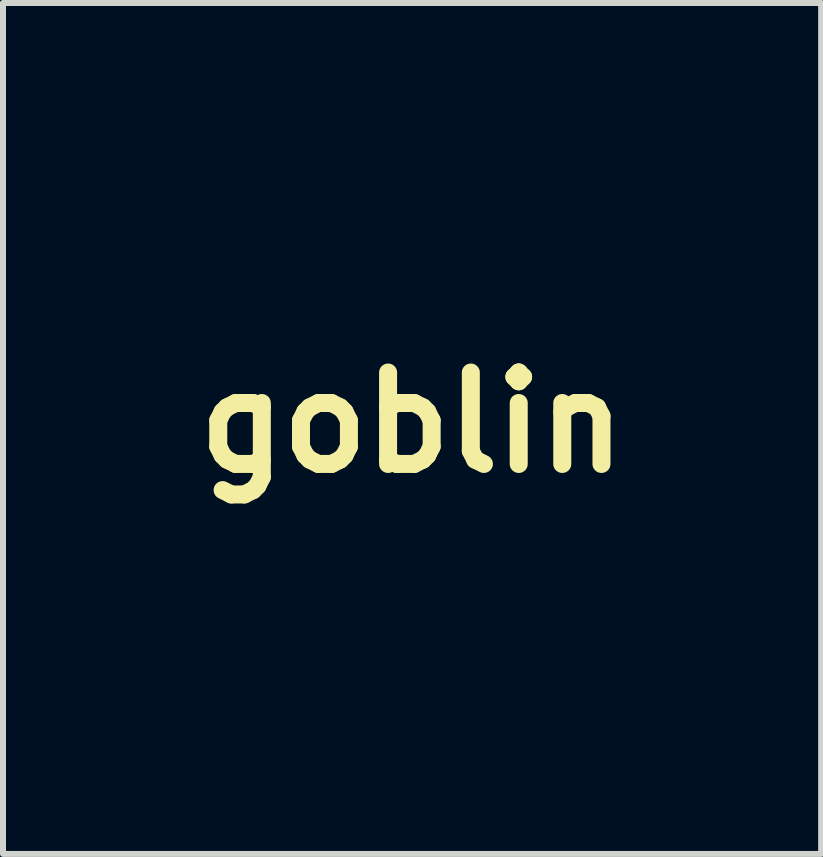
<source format=kicad_pcb>
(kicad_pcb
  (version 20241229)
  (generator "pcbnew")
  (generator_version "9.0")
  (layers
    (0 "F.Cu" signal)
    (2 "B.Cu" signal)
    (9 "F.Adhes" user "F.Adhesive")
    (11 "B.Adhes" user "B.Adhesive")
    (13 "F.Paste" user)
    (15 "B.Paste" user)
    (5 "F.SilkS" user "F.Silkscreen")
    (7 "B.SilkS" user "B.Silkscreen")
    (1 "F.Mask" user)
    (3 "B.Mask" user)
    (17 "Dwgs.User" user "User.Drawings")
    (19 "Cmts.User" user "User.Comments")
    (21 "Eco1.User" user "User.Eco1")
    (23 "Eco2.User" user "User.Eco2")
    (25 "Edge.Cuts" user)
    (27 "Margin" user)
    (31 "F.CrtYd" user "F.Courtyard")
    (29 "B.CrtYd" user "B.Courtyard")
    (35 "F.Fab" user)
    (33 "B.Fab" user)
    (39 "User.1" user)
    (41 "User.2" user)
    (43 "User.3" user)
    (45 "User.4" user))
  (footprint "goblin"
    (layer "F.Cu")
    (at 3.817 3.993)
    (property "Reference" "goblin" (at 0 0 0) (layer "F.SilkS") (effects (font (size 1.524 1.524) (thickness 0.3))))
    (attr through_hole)
    (fp_poly (pts (xy -2.881 -0.11) (xy -2.877 -0.108) (xy -2.874 -0.105) (xy -2.876 -0.105) (xy -2.877 -0.105) (xy -2.883 -0.106) (xy -2.884 -0.108) (xy -2.885 -0.111) (xy -2.881 -0.11)) (stroke (width 0.01) (type solid)) (fill yes) (layer "F.Mask"))
    (fp_poly (pts (xy -2.501 -1.785) (xy -2.5 -1.784) (xy -2.501 -1.782) (xy -2.503 -1.781) (xy -2.508 -1.783) (xy -2.508 -1.784) (xy -2.506 -1.787) (xy -2.505 -1.788) (xy -2.501 -1.785)) (stroke (width 0.01) (type solid)) (fill yes) (layer "F.Mask"))
    (fp_poly (pts (xy 1.657 4.171) (xy 1.656 4.176) (xy 1.653 4.18) (xy 1.649 4.184) (xy 1.648 4.183) (xy 1.65 4.178) (xy 1.652 4.173) (xy 1.656 4.17) (xy 1.657 4.171)) (stroke (width 0.01) (type solid)) (fill yes) (layer "F.Mask"))
    (fp_poly (pts (xy -0.52 -1.047) (xy -0.517 -1.045) (xy -0.516 -1.043) (xy -0.514 -1.038) (xy -0.51 -1.028) (xy -0.505 -1.015) (xy -0.498 -0.998) (xy -0.491 -0.98) (xy -0.49 -0.976) (xy -0.483 -0.959) (xy -0.475 -0.939) (xy -0.466 -0.916) (xy -0.457 -0.89) (xy -0.446 -0.863) (xy -0.435 -0.835) (xy -0.425 -0.807) (xy -0.414 -0.778) (xy -0.404 -0.751) (xy -0.394 -0.725) (xy -0.385 -0.702) (xy -0.377 -0.681) (xy -0.371 -0.663) (xy -0.366 -0.65) (xy -0.363 -0.641) (xy -0.362 -0.638) (xy -0.362 -0.636) (xy -0.365 -0.636) (xy -0.369 -0.637) (xy -0.377 -0.641) (xy -0.388 -0.648) (xy -0.401 -0.655) (xy -0.43 -0.674) (xy -0.456 -0.691) (xy -0.478 -0.708) (xy -0.498 -0.727) (xy -0.518 -0.747) (xy -0.536 -0.767) (xy -0.548 -0.781) (xy -0.561 -0.797) (xy -0.575 -0.815) (xy -0.59 -0.834) (xy -0.604 -0.852) (xy -0.617 -0.869) (xy -0.628 -0.885) (xy -0.637 -0.897) (xy -0.643 -0.906) (xy -0.645 -0.911) (xy -0.647 -0.918) (xy -0.647 -0.93) (xy -0.647 -0.939) (xy -0.642 -0.964) (xy -0.631 -0.986) (xy -0.616 -1.007) (xy -0.598 -1.024) (xy -0.576 -1.037) (xy -0.552 -1.045) (xy -0.537 -1.047) (xy -0.526 -1.048) (xy -0.52 -1.047)) (stroke (width 0.01) (type solid)) (fill yes) (layer "F.Mask"))
    (fp_poly (pts (xy 0.73 0.292) (xy 0.763 0.301) (xy 0.793 0.314) (xy 0.82 0.333) (xy 0.844 0.355) (xy 0.865 0.381) (xy 0.88 0.41) (xy 0.891 0.441) (xy 0.897 0.474) (xy 0.897 0.504) (xy 0.892 0.54) (xy 0.88 0.574) (xy 0.863 0.604) (xy 0.84 0.632) (xy 0.825 0.646) (xy 0.804 0.662) (xy 0.779 0.675) (xy 0.75 0.687) (xy 0.733 0.692) (xy 0.718 0.697) (xy 0.698 0.703) (xy 0.677 0.71) (xy 0.657 0.716) (xy 0.652 0.718) (xy 0.62 0.727) (xy 0.586 0.735) (xy 0.551 0.74) (xy 0.512 0.744) (xy 0.47 0.747) (xy 0.43 0.748) (xy 0.409 0.748) (xy 0.388 0.749) (xy 0.37 0.749) (xy 0.355 0.75) (xy 0.345 0.751) (xy 0.343 0.751) (xy 0.331 0.752) (xy 0.316 0.753) (xy 0.301 0.752) (xy 0.3 0.752) (xy 0.266 0.746) (xy 0.232 0.736) (xy 0.2 0.722) (xy 0.172 0.704) (xy 0.154 0.688) (xy 0.131 0.661) (xy 0.115 0.632) (xy 0.104 0.601) (xy 0.099 0.569) (xy 0.1 0.536) (xy 0.107 0.503) (xy 0.118 0.473) (xy 0.128 0.456) (xy 0.143 0.438) (xy 0.16 0.42) (xy 0.179 0.404) (xy 0.197 0.393) (xy 0.2 0.391) (xy 0.231 0.379) (xy 0.263 0.373) (xy 0.297 0.372) (xy 0.327 0.374) (xy 0.338 0.375) (xy 0.35 0.375) (xy 0.364 0.374) (xy 0.381 0.371) (xy 0.401 0.366) (xy 0.425 0.36) (xy 0.452 0.352) (xy 0.485 0.342) (xy 0.523 0.331) (xy 0.539 0.325) (xy 0.57 0.315) (xy 0.596 0.307) (xy 0.618 0.301) (xy 0.636 0.296) (xy 0.652 0.293) (xy 0.665 0.291) (xy 0.678 0.29) (xy 0.69 0.289) (xy 0.696 0.289) (xy 0.73 0.292)) (stroke (width 0.01) (type solid)) (fill yes) (layer "F.Mask"))
    (fp_poly (pts (xy 1.355 -0.959) (xy 1.379 -0.957) (xy 1.401 -0.952) (xy 1.421 -0.944) (xy 1.432 -0.938) (xy 1.445 -0.929) (xy 1.457 -0.919) (xy 1.467 -0.909) (xy 1.475 -0.9) (xy 1.478 -0.894) (xy 1.478 -0.887) (xy 1.475 -0.876) (xy 1.47 -0.86) (xy 1.464 -0.841) (xy 1.456 -0.819) (xy 1.447 -0.796) (xy 1.436 -0.771) (xy 1.426 -0.747) (xy 1.415 -0.723) (xy 1.404 -0.7) (xy 1.403 -0.698) (xy 1.396 -0.685) (xy 1.39 -0.673) (xy 1.383 -0.66) (xy 1.374 -0.647) (xy 1.365 -0.631) (xy 1.353 -0.614) (xy 1.34 -0.593) (xy 1.323 -0.569) (xy 1.304 -0.54) (xy 1.295 -0.527) (xy 1.284 -0.511) (xy 1.272 -0.492) (xy 1.258 -0.471) (xy 1.244 -0.449) (xy 1.231 -0.429) (xy 1.218 -0.408) (xy 1.208 -0.392) (xy 1.2 -0.38) (xy 1.193 -0.373) (xy 1.188 -0.369) (xy 1.184 -0.369) (xy 1.18 -0.37) (xy 1.177 -0.373) (xy 1.173 -0.381) (xy 1.173 -0.385) (xy 1.174 -0.391) (xy 1.176 -0.401) (xy 1.179 -0.415) (xy 1.182 -0.431) (xy 1.183 -0.437) (xy 1.187 -0.461) (xy 1.193 -0.489) (xy 1.199 -0.517) (xy 1.205 -0.547) (xy 1.211 -0.576) (xy 1.217 -0.604) (xy 1.223 -0.63) (xy 1.228 -0.654) (xy 1.233 -0.674) (xy 1.237 -0.689) (xy 1.24 -0.7) (xy 1.24 -0.7) (xy 1.244 -0.711) (xy 1.249 -0.726) (xy 1.256 -0.744) (xy 1.264 -0.765) (xy 1.272 -0.786) (xy 1.275 -0.794) (xy 1.283 -0.816) (xy 1.292 -0.84) (xy 1.3 -0.862) (xy 1.307 -0.882) (xy 1.312 -0.899) (xy 1.313 -0.902) (xy 1.319 -0.922) (xy 1.324 -0.936) (xy 1.328 -0.946) (xy 1.331 -0.953) (xy 1.336 -0.957) (xy 1.341 -0.958) (xy 1.349 -0.959) (xy 1.355 -0.959)) (stroke (width 0.01) (type solid)) (fill yes) (layer "F.Mask"))
    (fp_poly (pts (xy -0.967 -0.825) (xy -0.964 -0.822) (xy -0.958 -0.814) (xy -0.95 -0.801) (xy -0.94 -0.786) (xy -0.929 -0.768) (xy -0.917 -0.75) (xy -0.883 -0.696) (xy -0.852 -0.648) (xy -0.823 -0.604) (xy -0.795 -0.565) (xy -0.77 -0.531) (xy -0.746 -0.499) (xy -0.723 -0.472) (xy -0.701 -0.447) (xy -0.688 -0.432) (xy -0.667 -0.411) (xy -0.649 -0.394) (xy -0.635 -0.38) (xy -0.622 -0.368) (xy -0.609 -0.358) (xy -0.597 -0.348) (xy -0.584 -0.339) (xy -0.57 -0.33) (xy -0.553 -0.319) (xy -0.536 -0.309) (xy -0.521 -0.298) (xy -0.508 -0.29) (xy -0.505 -0.288) (xy -0.491 -0.279) (xy -0.475 -0.27) (xy -0.46 -0.263) (xy -0.46 -0.263) (xy -0.445 -0.256) (xy -0.428 -0.248) (xy -0.416 -0.241) (xy -0.39 -0.227) (xy -0.361 -0.215) (xy -0.332 -0.204) (xy -0.317 -0.2) (xy -0.294 -0.194) (xy -0.275 -0.188) (xy -0.26 -0.181) (xy -0.247 -0.173) (xy -0.234 -0.163) (xy -0.223 -0.154) (xy -0.212 -0.143) (xy -0.203 -0.134) (xy -0.197 -0.126) (xy -0.195 -0.123) (xy -0.196 -0.115) (xy -0.199 -0.103) (xy -0.205 -0.087) (xy -0.213 -0.07) (xy -0.223 -0.05) (xy -0.234 -0.03) (xy -0.246 -0.011) (xy -0.246 -0.01) (xy -0.27 0.021) (xy -0.299 0.05) (xy -0.333 0.076) (xy -0.336 0.078) (xy -0.381 0.104) (xy -0.425 0.124) (xy -0.47 0.139) (xy -0.497 0.145) (xy -0.511 0.148) (xy -0.528 0.152) (xy -0.548 0.158) (xy -0.567 0.164) (xy -0.572 0.165) (xy -0.6 0.174) (xy -0.624 0.181) (xy -0.646 0.187) (xy -0.667 0.19) (xy -0.689 0.193) (xy -0.714 0.194) (xy -0.744 0.195) (xy -0.749 0.195) (xy -0.775 0.196) (xy -0.796 0.196) (xy -0.813 0.195) (xy -0.828 0.194) (xy -0.843 0.192) (xy -0.854 0.191) (xy -0.916 0.178) (xy -0.973 0.161) (xy -1.027 0.138) (xy -1.077 0.111) (xy -1.123 0.079) (xy -1.165 0.043) (xy -1.202 0.002) (xy -1.235 -0.043) (xy -1.258 -0.083) (xy -1.265 -0.096) (xy -1.27 -0.108) (xy -1.274 -0.117) (xy -1.275 -0.12) (xy -1.275 -0.127) (xy -1.275 -0.139) (xy -1.275 -0.156) (xy -1.274 -0.178) (xy -1.273 -0.203) (xy -1.272 -0.23) (xy -1.27 -0.26) (xy -1.268 -0.291) (xy -1.267 -0.305) (xy -1.265 -0.326) (xy -1.263 -0.347) (xy -1.26 -0.367) (xy -1.256 -0.388) (xy -1.252 -0.41) (xy -1.246 -0.435) (xy -1.239 -0.464) (xy -1.231 -0.496) (xy -1.221 -0.533) (xy -1.215 -0.556) (xy -1.208 -0.579) (xy -1.202 -0.602) (xy -1.197 -0.622) (xy -1.194 -0.635) (xy -1.189 -0.652) (xy -1.184 -0.668) (xy -1.179 -0.681) (xy -1.175 -0.69) (xy -1.166 -0.703) (xy -1.152 -0.719) (xy -1.135 -0.735) (xy -1.114 -0.752) (xy -1.092 -0.769) (xy -1.068 -0.784) (xy -1.045 -0.798) (xy -1.038 -0.801) (xy -1.014 -0.813) (xy -0.995 -0.821) (xy -0.981 -0.826) (xy -0.971 -0.827) (xy -0.967 -0.825)) (stroke (width 0.01) (type solid)) (fill yes) (layer "F.Mask"))
    (fp_poly (pts (xy 1.778 -0.667) (xy 1.791 -0.666) (xy 1.8 -0.662) (xy 1.805 -0.656) (xy 1.806 -0.654) (xy 1.809 -0.647) (xy 1.812 -0.634) (xy 1.816 -0.617) (xy 1.819 -0.597) (xy 1.822 -0.577) (xy 1.824 -0.556) (xy 1.825 -0.543) (xy 1.828 -0.52) (xy 1.831 -0.495) (xy 1.835 -0.471) (xy 1.838 -0.459) (xy 1.843 -0.438) (xy 1.846 -0.421) (xy 1.848 -0.407) (xy 1.85 -0.392) (xy 1.852 -0.376) (xy 1.853 -0.365) (xy 1.854 -0.349) (xy 1.857 -0.331) (xy 1.86 -0.313) (xy 1.864 -0.298) (xy 1.867 -0.287) (xy 1.867 -0.287) (xy 1.87 -0.277) (xy 1.874 -0.262) (xy 1.879 -0.243) (xy 1.884 -0.222) (xy 1.888 -0.201) (xy 1.892 -0.181) (xy 1.892 -0.178) (xy 1.895 -0.162) (xy 1.9 -0.141) (xy 1.905 -0.118) (xy 1.91 -0.095) (xy 1.915 -0.075) (xy 1.921 -0.052) (xy 1.926 -0.028) (xy 1.931 -0.004) (xy 1.936 0.017) (xy 1.939 0.031) (xy 1.946 0.074) (xy 1.936 0.088) (xy 1.931 0.095) (xy 1.922 0.106) (xy 1.91 0.118) (xy 1.896 0.133) (xy 1.882 0.148) (xy 1.88 0.149) (xy 1.849 0.179) (xy 1.82 0.203) (xy 1.793 0.224) (xy 1.765 0.241) (xy 1.737 0.256) (xy 1.707 0.268) (xy 1.689 0.274) (xy 1.65 0.286) (xy 1.613 0.293) (xy 1.575 0.297) (xy 1.535 0.297) (xy 1.493 0.295) (xy 1.438 0.288) (xy 1.381 0.276) (xy 1.324 0.261) (xy 1.27 0.242) (xy 1.252 0.234) (xy 1.227 0.222) (xy 1.199 0.208) (xy 1.171 0.191) (xy 1.145 0.174) (xy 1.129 0.163) (xy 1.115 0.152) (xy 1.099 0.139) (xy 1.083 0.125) (xy 1.068 0.111) (xy 1.055 0.097) (xy 1.044 0.086) (xy 1.038 0.079) (xy 1.034 0.072) (xy 1.033 0.067) (xy 1.035 0.062) (xy 1.041 0.056) (xy 1.052 0.049) (xy 1.068 0.041) (xy 1.077 0.037) (xy 1.113 0.018) (xy 1.144 0.001) (xy 1.17 -0.016) (xy 1.193 -0.033) (xy 1.199 -0.039) (xy 1.214 -0.05) (xy 1.231 -0.063) (xy 1.247 -0.075) (xy 1.253 -0.079) (xy 1.28 -0.098) (xy 1.305 -0.12) (xy 1.326 -0.141) (xy 1.332 -0.15) (xy 1.342 -0.16) (xy 1.354 -0.171) (xy 1.364 -0.179) (xy 1.372 -0.185) (xy 1.384 -0.195) (xy 1.398 -0.208) (xy 1.413 -0.222) (xy 1.426 -0.235) (xy 1.441 -0.25) (xy 1.453 -0.263) (xy 1.464 -0.275) (xy 1.474 -0.288) (xy 1.485 -0.302) (xy 1.497 -0.32) (xy 1.51 -0.34) (xy 1.524 -0.361) (xy 1.538 -0.384) (xy 1.551 -0.406) (xy 1.563 -0.426) (xy 1.572 -0.444) (xy 1.574 -0.447) (xy 1.585 -0.468) (xy 1.596 -0.491) (xy 1.607 -0.514) (xy 1.618 -0.538) (xy 1.628 -0.561) (xy 1.638 -0.581) (xy 1.646 -0.599) (xy 1.652 -0.614) (xy 1.655 -0.624) (xy 1.656 -0.625) (xy 1.66 -0.635) (xy 1.664 -0.641) (xy 1.673 -0.647) (xy 1.676 -0.649) (xy 1.702 -0.659) (xy 1.731 -0.666) (xy 1.761 -0.668) (xy 1.778 -0.667)) (stroke (width 0.01) (type solid)) (fill yes) (layer "F.Mask"))
    (fp_poly (pts (xy -2.923 -3.985) (xy -2.923 -3.976) (xy -2.922 -3.963) (xy -2.922 -3.945) (xy -2.922 -3.924) (xy -2.922 -3.901) (xy -2.922 -3.89) (xy -2.922 -3.848) (xy -2.921 -3.8) (xy -2.919 -3.747) (xy -2.918 -3.69) (xy -2.915 -3.63) (xy -2.912 -3.568) (xy -2.909 -3.504) (xy -2.906 -3.439) (xy -2.902 -3.374) (xy -2.898 -3.31) (xy -2.893 -3.247) (xy -2.889 -3.191) (xy -2.885 -3.143) (xy -2.88 -3.09) (xy -2.874 -3.034) (xy -2.868 -2.975) (xy -2.861 -2.914) (xy -2.853 -2.852) (xy -2.846 -2.79) (xy -2.838 -2.729) (xy -2.829 -2.669) (xy -2.821 -2.611) (xy -2.813 -2.556) (xy -2.805 -2.505) (xy -2.798 -2.46) (xy -2.792 -2.429) (xy -2.778 -2.354) (xy -2.764 -2.283) (xy -2.749 -2.218) (xy -2.735 -2.156) (xy -2.719 -2.096) (xy -2.703 -2.038) (xy -2.686 -1.98) (xy -2.685 -1.976) (xy -2.676 -1.947) (xy -2.668 -1.924) (xy -2.662 -1.905) (xy -2.655 -1.889) (xy -2.649 -1.875) (xy -2.642 -1.862) (xy -2.635 -1.849) (xy -2.626 -1.836) (xy -2.621 -1.829) (xy -2.612 -1.815) (xy -2.601 -1.798) (xy -2.592 -1.781) (xy -2.589 -1.776) (xy -2.578 -1.755) (xy -2.568 -1.739) (xy -2.561 -1.726) (xy -2.555 -1.718) (xy -2.55 -1.712) (xy -2.545 -1.709) (xy -2.543 -1.708) (xy -2.533 -1.705) (xy -2.522 -1.705) (xy -2.511 -1.708) (xy -2.495 -1.715) (xy -2.494 -1.715) (xy -2.481 -1.721) (xy -2.468 -1.727) (xy -2.457 -1.73) (xy -2.457 -1.73) (xy -2.448 -1.733) (xy -2.435 -1.74) (xy -2.419 -1.75) (xy -2.402 -1.76) (xy -2.383 -1.772) (xy -2.363 -1.785) (xy -2.342 -1.796) (xy -2.324 -1.806) (xy -2.323 -1.807) (xy -2.307 -1.815) (xy -2.293 -1.823) (xy -2.28 -1.83) (xy -2.272 -1.835) (xy -2.272 -1.835) (xy -2.261 -1.841) (xy -2.249 -1.849) (xy -2.242 -1.853) (xy -2.231 -1.858) (xy -2.221 -1.863) (xy -2.216 -1.866) (xy -2.207 -1.869) (xy -2.199 -1.87) (xy -2.191 -1.871) (xy -2.18 -1.875) (xy -2.167 -1.881) (xy -2.149 -1.89) (xy -2.127 -1.903) (xy -2.125 -1.905) (xy -2.112 -1.912) (xy -2.101 -1.918) (xy -2.093 -1.922) (xy -2.09 -1.924) (xy -2.09 -1.924) (xy -2.087 -1.926) (xy -2.081 -1.93) (xy -2.08 -1.93) (xy -2.076 -1.933) (xy -2.071 -1.936) (xy -2.064 -1.94) (xy -2.054 -1.945) (xy -2.041 -1.953) (xy -2.023 -1.963) (xy -2.019 -1.965) (xy -2.01 -1.97) (xy -2.004 -1.974) (xy -2.002 -1.975) (xy -1.997 -1.978) (xy -1.989 -1.983) (xy -1.975 -1.99) (xy -1.957 -2.001) (xy -1.949 -2.004) (xy -1.918 -2.021) (xy -1.89 -2.037) (xy -1.864 -2.051) (xy -1.837 -2.067) (xy -1.83 -2.071) (xy -1.816 -2.079) (xy -1.798 -2.089) (xy -1.776 -2.101) (xy -1.753 -2.114) (xy -1.729 -2.127) (xy -1.71 -2.137) (xy -1.663 -2.163) (xy -1.621 -2.187) (xy -1.581 -2.209) (xy -1.56 -2.221) (xy -0.621 -2.221) (xy -0.587 -2.217) (xy -0.569 -2.215) (xy -0.549 -2.212) (xy -0.531 -2.208) (xy -0.525 -2.207) (xy -0.507 -2.203) (xy -0.483 -2.2) (xy -0.452 -2.197) (xy -0.426 -2.195) (xy -0.402 -2.194) (xy -0.382 -2.192) (xy -0.366 -2.19) (xy -0.351 -2.188) (xy -0.337 -2.185) (xy -0.321 -2.182) (xy -0.302 -2.177) (xy -0.299 -2.176) (xy -0.275 -2.171) (xy -0.249 -2.165) (xy -0.222 -2.159) (xy -0.198 -2.154) (xy -0.189 -2.153) (xy -0.126 -2.138) (xy -0.078 -2.124) (xy -0.053 -2.116) (xy -0.032 -2.11) (xy -0.016 -2.105) (xy -0.001 -2.1) (xy 0.012 -2.097) (xy 0.025 -2.094) (xy 0.04 -2.091) (xy 0.048 -2.089) (xy 0.07 -2.085) (xy 0.089 -2.08) (xy 0.107 -2.074) (xy 0.125 -2.068) (xy 0.145 -2.06) (xy 0.168 -2.049) (xy 0.183 -2.042) (xy 0.208 -2.03) (xy 0.23 -2.02) (xy 0.249 -2.012) (xy 0.266 -2.005) (xy 0.282 -1.999) (xy 0.3 -1.993) (xy 0.32 -1.987) (xy 0.338 -1.981) (xy 0.365 -1.973) (xy 0.388 -1.967) (xy 0.408 -1.963) (xy 0.426 -1.96) (xy 0.445 -1.958) (xy 0.465 -1.957) (xy 0.489 -1.957) (xy 0.502 -1.957) (xy 0.523 -1.957) (xy 0.54 -1.958) (xy 0.553 -1.959) (xy 0.564 -1.96) (xy 0.575 -1.962) (xy 0.586 -1.965) (xy 0.597 -1.968) (xy 0.611 -1.972) (xy 0.63 -1.977) (xy 0.652 -1.983) (xy 0.675 -1.989) (xy 0.699 -1.995) (xy 0.706 -1.997) (xy 0.733 -2.004) (xy 0.755 -2.01) (xy 0.772 -2.015) (xy 0.787 -2.019) (xy 0.799 -2.024) (xy 0.811 -2.028) (xy 0.823 -2.034) (xy 0.832 -2.038) (xy 0.892 -2.066) (xy 0.957 -2.092) (xy 1.026 -2.116) (xy 1.068 -2.13) (xy 1.086 -2.135) (xy 1.108 -2.143) (xy 1.131 -2.15) (xy 1.153 -2.158) (xy 1.164 -2.162) (xy 1.209 -2.178) (xy 1.255 -2.192) (xy 1.299 -2.205) (xy 1.341 -2.215) (xy 1.351 -2.217) (xy 1.389 -2.225) (xy 1.357 -2.225) (xy 1.315 -2.228) (xy 1.276 -2.236) (xy 1.254 -2.243) (xy 1.236 -2.249) (xy 1.224 -2.254) (xy 1.215 -2.256) (xy 1.207 -2.257) (xy 1.2 -2.256) (xy 1.192 -2.254) (xy 1.189 -2.254) (xy 1.153 -2.244) (xy 1.123 -2.236) (xy 1.098 -2.229) (xy 1.076 -2.224) (xy 1.058 -2.218) (xy 1.043 -2.213) (xy 1.029 -2.209) (xy 1.017 -2.204) (xy 1.005 -2.2) (xy 0.993 -2.194) (xy 0.98 -2.188) (xy 0.977 -2.187) (xy 0.952 -2.176) (xy 0.929 -2.166) (xy 0.908 -2.158) (xy 0.887 -2.15) (xy 0.865 -2.143) (xy 0.84 -2.136) (xy 0.812 -2.128) (xy 0.794 -2.123) (xy 0.758 -2.114) (xy 0.727 -2.106) (xy 0.7 -2.1) (xy 0.677 -2.094) (xy 0.657 -2.09) (xy 0.638 -2.087) (xy 0.62 -2.084) (xy 0.603 -2.082) (xy 0.584 -2.081) (xy 0.563 -2.08) (xy 0.54 -2.079) (xy 0.514 -2.078) (xy 0.483 -2.078) (xy 0.451 -2.077) (xy 0.423 -2.077) (xy 0.398 -2.077) (xy 0.375 -2.077) (xy 0.354 -2.078) (xy 0.333 -2.08) (xy 0.311 -2.082) (xy 0.288 -2.085) (xy 0.263 -2.089) (xy 0.234 -2.094) (xy 0.202 -2.1) (xy 0.164 -2.108) (xy 0.152 -2.11) (xy 0.136 -2.114) (xy 0.114 -2.119) (xy 0.088 -2.126) (xy 0.058 -2.134) (xy 0.027 -2.144) (xy -0.006 -2.154) (xy -0.04 -2.165) (xy -0.068 -2.174) (xy -0.109 -2.189) (xy -0.152 -2.209) (xy -0.183 -2.226) (xy -0.193 -2.231) (xy -0.203 -2.235) (xy -0.212 -2.238) (xy -0.225 -2.241) (xy -0.241 -2.244) (xy -0.247 -2.245) (xy -0.293 -2.25) (xy -0.339 -2.254) (xy -0.383 -2.256) (xy -0.423 -2.256) (xy -0.452 -2.255) (xy -0.488 -2.251) (xy -0.525 -2.245) (xy -0.56 -2.238) (xy -0.591 -2.23) (xy -0.598 -2.228) (xy -0.621 -2.221) (xy -1.56 -2.221) (xy -1.542 -2.231) (xy -1.504 -2.254) (xy -1.463 -2.278) (xy -1.426 -2.301) (xy -1.386 -2.326) (xy -1.35 -2.347) (xy -1.318 -2.366) (xy -1.289 -2.382) (xy -1.262 -2.397) (xy -1.236 -2.41) (xy -1.21 -2.423) (xy -1.184 -2.434) (xy -1.157 -2.446) (xy -1.128 -2.458) (xy -1.121 -2.461) (xy -1.107 -2.466) (xy -1.095 -2.471) (xy -1.082 -2.476) (xy -1.07 -2.48) (xy -1.057 -2.485) (xy -1.042 -2.49) (xy -1.026 -2.496) (xy -1.008 -2.502) (xy -0.986 -2.51) (xy -0.962 -2.518) (xy -0.933 -2.528) (xy -0.901 -2.539) (xy -0.863 -2.551) (xy -0.821 -2.565) (xy -0.803 -2.571) (xy -0.767 -2.583) (xy -0.731 -2.596) (xy -0.696 -2.607) (xy -0.663 -2.618) (xy -0.632 -2.629) (xy -0.605 -2.638) (xy -0.581 -2.646) (xy -0.562 -2.652) (xy -0.548 -2.657) (xy -0.544 -2.659) (xy -0.513 -2.669) (xy -0.479 -2.679) (xy -0.44 -2.69) (xy -0.397 -2.701) (xy -0.35 -2.712) (xy -0.297 -2.724) (xy -0.239 -2.736) (xy -0.175 -2.749) (xy -0.159 -2.752) (xy -0.129 -2.758) (xy -0.103 -2.763) (xy -0.08 -2.768) (xy -0.058 -2.771) (xy -0.038 -2.774) (xy -0.018 -2.777) (xy 0.002 -2.779) (xy 0.022 -2.781) (xy 0.044 -2.782) (xy 0.069 -2.783) (xy 0.096 -2.784) (xy 0.126 -2.784) (xy 0.161 -2.784) (xy 0.201 -2.785) (xy 0.246 -2.785) (xy 0.256 -2.785) (xy 0.301 -2.785) (xy 0.341 -2.785) (xy 0.376 -2.784) (xy 0.407 -2.784) (xy 0.434 -2.784) (xy 0.457 -2.783) (xy 0.479 -2.782) (xy 0.498 -2.781) (xy 0.517 -2.779) (xy 0.534 -2.777) (xy 0.553 -2.775) (xy 0.572 -2.772) (xy 0.592 -2.769) (xy 0.603 -2.767) (xy 0.679 -2.753) (xy 0.75 -2.739) (xy 0.817 -2.723) (xy 0.882 -2.706) (xy 0.946 -2.687) (xy 0.954 -2.684) (xy 1.011 -2.666) (xy 1.067 -2.649) (xy 1.123 -2.633) (xy 1.181 -2.618) (xy 1.24 -2.602) (xy 1.304 -2.587) (xy 1.372 -2.572) (xy 1.379 -2.57) (xy 1.416 -2.562) (xy 1.447 -2.555) (xy 1.474 -2.548) (xy 1.496 -2.542) (xy 1.515 -2.536) (xy 1.532 -2.531) (xy 1.546 -2.525) (xy 1.559 -2.518) (xy 1.571 -2.511) (xy 1.584 -2.504) (xy 1.584 -2.503) (xy 1.593 -2.499) (xy 1.606 -2.494) (xy 1.618 -2.491) (xy 1.634 -2.487) (xy 1.655 -2.48) (xy 1.679 -2.473) (xy 1.706 -2.464) (xy 1.733 -2.454) (xy 1.76 -2.444) (xy 1.786 -2.434) (xy 1.809 -2.425) (xy 1.815 -2.422) (xy 1.876 -2.395) (xy 1.932 -2.367) (xy 1.957 -2.354) (xy 1.972 -2.346) (xy 1.988 -2.338) (xy 2 -2.331) (xy 2.014 -2.324) (xy 2.03 -2.315) (xy 2.043 -2.308) (xy 2.058 -2.3) (xy 2.073 -2.292) (xy 2.086 -2.285) (xy 2.098 -2.279) (xy 2.111 -2.272) (xy 2.119 -2.267) (xy 2.13 -2.261) (xy 2.142 -2.254) (xy 2.146 -2.252) (xy 2.162 -2.243) (xy 2.179 -2.233) (xy 2.195 -2.223) (xy 2.211 -2.213) (xy 2.225 -2.205) (xy 2.236 -2.197) (xy 2.243 -2.192) (xy 2.245 -2.191) (xy 2.248 -2.188) (xy 2.255 -2.183) (xy 2.258 -2.181) (xy 2.265 -2.176) (xy 2.275 -2.169) (xy 2.287 -2.161) (xy 2.3 -2.151) (xy 2.314 -2.141) (xy 2.327 -2.132) (xy 2.337 -2.124) (xy 2.345 -2.118) (xy 2.349 -2.115) (xy 2.349 -2.115) (xy 2.353 -2.112) (xy 2.361 -2.106) (xy 2.372 -2.098) (xy 2.388 -2.087) (xy 2.405 -2.074) (xy 2.425 -2.06) (xy 2.426 -2.06) (xy 2.437 -2.052) (xy 2.446 -2.046) (xy 2.451 -2.041) (xy 2.452 -2.041) (xy 2.456 -2.037) (xy 2.464 -2.03) (xy 2.47 -2.026) (xy 2.478 -2.019) (xy 2.484 -2.015) (xy 2.486 -2.013) (xy 2.489 -2.01) (xy 2.496 -2.005) (xy 2.507 -1.997) (xy 2.52 -1.988) (xy 2.528 -1.982) (xy 2.543 -1.971) (xy 2.555 -1.963) (xy 2.563 -1.958) (xy 2.568 -1.956) (xy 2.572 -1.955) (xy 2.576 -1.956) (xy 2.576 -1.956) (xy 2.584 -1.958) (xy 2.595 -1.957) (xy 2.6 -1.956) (xy 2.612 -1.954) (xy 2.62 -1.953) (xy 2.624 -1.956) (xy 2.626 -1.963) (xy 2.627 -1.975) (xy 2.627 -1.976) (xy 2.629 -1.99) (xy 2.631 -2.008) (xy 2.634 -2.027) (xy 2.636 -2.046) (xy 2.639 -2.064) (xy 2.642 -2.079) (xy 2.644 -2.089) (xy 2.645 -2.092) (xy 2.647 -2.101) (xy 2.648 -2.114) (xy 2.65 -2.126) (xy 2.65 -2.134) (xy 2.652 -2.147) (xy 2.654 -2.165) (xy 2.657 -2.187) (xy 2.66 -2.212) (xy 2.664 -2.24) (xy 2.668 -2.269) (xy 2.67 -2.286) (xy 2.674 -2.313) (xy 2.678 -2.344) (xy 2.683 -2.378) (xy 2.687 -2.416) (xy 2.692 -2.455) (xy 2.698 -2.496) (xy 2.703 -2.538) (xy 2.708 -2.581) (xy 2.714 -2.623) (xy 2.719 -2.663) (xy 2.724 -2.702) (xy 2.728 -2.739) (xy 2.732 -2.773) (xy 2.736 -2.803) (xy 2.739 -2.829) (xy 2.741 -2.85) (xy 2.743 -2.866) (xy 2.743 -2.867) (xy 2.745 -2.888) (xy 2.747 -2.914) (xy 2.748 -2.943) (xy 2.749 -2.975) (xy 2.75 -3.008) (xy 2.75 -3.043) (xy 2.75 -3.078) (xy 2.75 -3.113) (xy 2.75 -3.147) (xy 2.749 -3.178) (xy 2.748 -3.207) (xy 2.747 -3.231) (xy 2.746 -3.252) (xy 2.744 -3.267) (xy 2.744 -3.27) (xy 2.74 -3.288) (xy 2.738 -3.302) (xy 2.737 -3.316) (xy 2.735 -3.333) (xy 2.735 -3.337) (xy 2.734 -3.353) (xy 2.732 -3.372) (xy 2.729 -3.39) (xy 2.728 -3.396) (xy 2.725 -3.418) (xy 2.723 -3.44) (xy 2.72 -3.461) (xy 2.719 -3.479) (xy 2.718 -3.493) (xy 2.718 -3.497) (xy 2.718 -3.509) (xy 2.733 -3.488) (xy 2.742 -3.477) (xy 2.753 -3.463) (xy 2.765 -3.448) (xy 2.772 -3.44) (xy 2.782 -3.427) (xy 2.791 -3.415) (xy 2.798 -3.404) (xy 2.802 -3.399) (xy 2.805 -3.393) (xy 2.812 -3.382) (xy 2.82 -3.367) (xy 2.83 -3.35) (xy 2.841 -3.331) (xy 2.849 -3.318) (xy 2.874 -3.274) (xy 2.897 -3.234) (xy 2.917 -3.197) (xy 2.935 -3.161) (xy 2.952 -3.126) (xy 2.969 -3.091) (xy 2.986 -3.053) (xy 3.003 -3.013) (xy 3.022 -2.968) (xy 3.026 -2.959) (xy 3.042 -2.919) (xy 3.056 -2.884) (xy 3.069 -2.854) (xy 3.081 -2.826) (xy 3.091 -2.802) (xy 3.101 -2.779) (xy 3.111 -2.757) (xy 3.121 -2.734) (xy 3.132 -2.712) (xy 3.143 -2.687) (xy 3.156 -2.66) (xy 3.171 -2.63) (xy 3.172 -2.627) (xy 3.204 -2.561) (xy 3.233 -2.5) (xy 3.259 -2.443) (xy 3.284 -2.39) (xy 3.307 -2.339) (xy 3.329 -2.29) (xy 3.351 -2.241) (xy 3.371 -2.193) (xy 3.392 -2.145) (xy 3.412 -2.095) (xy 3.433 -2.043) (xy 3.453 -1.994) (xy 3.482 -1.92) (xy 3.508 -1.851) (xy 3.533 -1.788) (xy 3.555 -1.729) (xy 3.574 -1.674) (xy 3.592 -1.623) (xy 3.608 -1.576) (xy 3.622 -1.531) (xy 3.634 -1.49) (xy 3.645 -1.451) (xy 3.655 -1.413) (xy 3.663 -1.377) (xy 3.669 -1.351) (xy 3.673 -1.329) (xy 3.678 -1.302) (xy 3.683 -1.27) (xy 3.69 -1.235) (xy 3.696 -1.197) (xy 3.703 -1.158) (xy 3.709 -1.118) (xy 3.716 -1.077) (xy 3.722 -1.038) (xy 3.728 -1) (xy 3.733 -0.966) (xy 3.738 -0.935) (xy 3.739 -0.928) (xy 3.742 -0.903) (xy 3.744 -0.873) (xy 3.745 -0.838) (xy 3.746 -0.8) (xy 3.746 -0.76) (xy 3.745 -0.718) (xy 3.744 -0.676) (xy 3.741 -0.634) (xy 3.741 -0.622) (xy 3.737 -0.57) (xy 3.734 -0.523) (xy 3.732 -0.481) (xy 3.73 -0.442) (xy 3.729 -0.406) (xy 3.728 -0.371) (xy 3.728 -0.338) (xy 3.728 -0.304) (xy 3.729 -0.276) (xy 3.731 -0.179) (xy 3.722 -0.168) (xy 3.713 -0.157) (xy 3.698 -0.143) (xy 3.679 -0.127) (xy 3.657 -0.108) (xy 3.631 -0.087) (xy 3.602 -0.065) (xy 3.572 -0.041) (xy 3.539 -0.017) (xy 3.505 0.008) (xy 3.47 0.032) (xy 3.435 0.057) (xy 3.401 0.08) (xy 3.367 0.102) (xy 3.334 0.123) (xy 3.331 0.126) (xy 3.312 0.138) (xy 3.292 0.15) (xy 3.273 0.163) (xy 3.257 0.173) (xy 3.249 0.178) (xy 3.237 0.187) (xy 3.226 0.194) (xy 3.219 0.198) (xy 3.216 0.2) (xy 3.216 0.2) (xy 3.216 0.197) (xy 3.217 0.19) (xy 3.22 0.179) (xy 3.221 0.175) (xy 3.232 0.129) (xy 3.236 0.083) (xy 3.235 0.044) (xy 3.233 0.027) (xy 3.232 0.011) (xy 3.23 -0.004) (xy 3.229 -0.012) (xy 3.227 -0.025) (xy 3.226 -0.041) (xy 3.226 -0.051) (xy 3.223 -0.076) (xy 3.215 -0.104) (xy 3.201 -0.134) (xy 3.194 -0.146) (xy 3.186 -0.161) (xy 3.179 -0.177) (xy 3.173 -0.191) (xy 3.172 -0.195) (xy 3.166 -0.214) (xy 3.161 -0.228) (xy 3.156 -0.239) (xy 3.151 -0.247) (xy 3.146 -0.255) (xy 3.138 -0.263) (xy 3.136 -0.266) (xy 3.127 -0.275) (xy 3.12 -0.282) (xy 3.115 -0.285) (xy 3.114 -0.286) (xy 3.112 -0.283) (xy 3.112 -0.275) (xy 3.113 -0.263) (xy 3.115 -0.249) (xy 3.116 -0.244) (xy 3.117 -0.237) (xy 3.118 -0.229) (xy 3.119 -0.219) (xy 3.119 -0.205) (xy 3.12 -0.188) (xy 3.12 -0.167) (xy 3.12 -0.14) (xy 3.119 -0.109) (xy 3.119 -0.094) (xy 3.119 -0.056) (xy 3.118 -0.024) (xy 3.118 0.003) (xy 3.117 0.027) (xy 3.116 0.047) (xy 3.114 0.066) (xy 3.112 0.083) (xy 3.109 0.099) (xy 3.106 0.116) (xy 3.103 0.134) (xy 3.1 0.146) (xy 3.095 0.166) (xy 3.091 0.186) (xy 3.087 0.204) (xy 3.084 0.219) (xy 3.083 0.223) (xy 3.078 0.246) (xy 3.072 0.267) (xy 3.065 0.288) (xy 3.057 0.31) (xy 3.047 0.334) (xy 3.034 0.362) (xy 3.019 0.393) (xy 3.018 0.395) (xy 2.995 0.443) (xy 2.976 0.485) (xy 2.961 0.524) (xy 2.958 0.532) (xy 2.948 0.559) (xy 2.938 0.584) (xy 2.929 0.608) (xy 2.918 0.632) (xy 2.907 0.655) (xy 2.896 0.678) (xy 2.882 0.703) (xy 2.868 0.728) (xy 2.851 0.755) (xy 2.833 0.785) (xy 2.812 0.817) (xy 2.789 0.852) (xy 2.762 0.891) (xy 2.733 0.934) (xy 2.7 0.981) (xy 2.692 0.992) (xy 2.673 1.019) (xy 2.654 1.046) (xy 2.636 1.073) (xy 2.618 1.099) (xy 2.602 1.122) (xy 2.588 1.142) (xy 2.576 1.159) (xy 2.572 1.165) (xy 2.547 1.201) (xy 2.524 1.232) (xy 2.502 1.262) (xy 2.48 1.289) (xy 2.457 1.317) (xy 2.431 1.345) (xy 2.403 1.376) (xy 2.384 1.396) (xy 2.369 1.412) (xy 2.351 1.431) (xy 2.329 1.452) (xy 2.305 1.477) (xy 2.278 1.503) (xy 2.25 1.531) (xy 2.221 1.56) (xy 2.191 1.59) (xy 2.16 1.62) (xy 2.13 1.649) (xy 2.101 1.677) (xy 2.073 1.705) (xy 2.047 1.73) (xy 2.023 1.753) (xy 2.002 1.773) (xy 1.984 1.789) (xy 1.97 1.802) (xy 1.965 1.807) (xy 1.929 1.839) (xy 1.89 1.876) (xy 1.846 1.917) (xy 1.8 1.962) (xy 1.75 2.011) (xy 1.697 2.064) (xy 1.641 2.121) (xy 1.583 2.181) (xy 1.522 2.244) (xy 1.499 2.267) (xy 1.445 2.323) (xy 1.393 2.375) (xy 1.343 2.423) (xy 1.293 2.469) (xy 1.243 2.513) (xy 1.192 2.556) (xy 1.182 2.565) (xy 1.164 2.579) (xy 1.141 2.597) (xy 1.116 2.616) (xy 1.089 2.637) (xy 1.061 2.658) (xy 1.032 2.679) (xy 1.005 2.699) (xy 0.98 2.718) (xy 0.959 2.733) (xy 0.954 2.736) (xy 0.939 2.746) (xy 0.922 2.758) (xy 0.902 2.771) (xy 0.881 2.784) (xy 0.859 2.798) (xy 0.837 2.811) (xy 0.817 2.824) (xy 0.799 2.834) (xy 0.784 2.843) (xy 0.772 2.85) (xy 0.766 2.853) (xy 0.759 2.855) (xy 0.745 2.858) (xy 0.728 2.861) (xy 0.706 2.865) (xy 0.681 2.869) (xy 0.654 2.873) (xy 0.626 2.877) (xy 0.597 2.881) (xy 0.569 2.885) (xy 0.541 2.889) (xy 0.515 2.892) (xy 0.492 2.894) (xy 0.472 2.896) (xy 0.462 2.897) (xy 0.447 2.897) (xy 0.432 2.897) (xy 0.421 2.896) (xy 0.418 2.896) (xy 0.407 2.893) (xy 0.391 2.888) (xy 0.368 2.881) (xy 0.34 2.871) (xy 0.307 2.86) (xy 0.267 2.846) (xy 0.223 2.829) (xy 0.173 2.811) (xy 0.118 2.791) (xy 0.064 2.77) (xy 0.023 2.755) (xy -0.013 2.741) (xy -0.046 2.729) (xy -0.075 2.718) (xy -0.102 2.707) (xy -0.126 2.697) (xy -0.15 2.687) (xy -0.172 2.678) (xy -0.195 2.667) (xy -0.218 2.657) (xy -0.242 2.645) (xy -0.268 2.632) (xy -0.297 2.618) (xy -0.319 2.606) (xy 0.32 2.606) (xy 0.325 2.616) (xy 0.332 2.626) (xy 0.343 2.639) (xy 0.356 2.652) (xy 0.369 2.664) (xy 0.382 2.674) (xy 0.385 2.676) (xy 0.42 2.694) (xy 0.459 2.706) (xy 0.47 2.708) (xy 0.489 2.711) (xy 0.512 2.713) (xy 0.537 2.714) (xy 0.562 2.714) (xy 0.585 2.713) (xy 0.604 2.711) (xy 0.608 2.71) (xy 0.628 2.704) (xy 0.651 2.695) (xy 0.673 2.683) (xy 0.694 2.67) (xy 0.707 2.66) (xy 0.72 2.649) (xy 0.733 2.635) (xy 0.743 2.623) (xy 0.751 2.611) (xy 0.759 2.596) (xy 0.767 2.58) (xy 0.774 2.565) (xy 0.779 2.551) (xy 0.781 2.541) (xy 0.781 2.54) (xy 0.779 2.53) (xy 0.773 2.52) (xy 0.763 2.51) (xy 0.747 2.498) (xy 0.737 2.491) (xy 0.722 2.481) (xy 0.709 2.473) (xy 0.699 2.467) (xy 0.689 2.463) (xy 0.678 2.461) (xy 0.667 2.459) (xy 0.652 2.458) (xy 0.634 2.457) (xy 0.611 2.457) (xy 0.603 2.457) (xy 0.541 2.457) (xy 0.503 2.471) (xy 0.487 2.478) (xy 0.47 2.485) (xy 0.456 2.491) (xy 0.446 2.495) (xy 0.426 2.507) (xy 0.403 2.523) (xy 0.379 2.544) (xy 0.355 2.569) (xy 0.35 2.575) (xy 0.32 2.606) (xy -0.319 2.606) (xy -0.328 2.602) (xy -0.363 2.584) (xy -0.402 2.563) (xy -0.446 2.54) (xy -0.46 2.533) (xy -0.545 2.487) (xy -0.628 2.44) (xy -0.708 2.391) (xy -0.785 2.342) (xy -0.859 2.291) (xy -0.929 2.241) (xy -0.994 2.19) (xy -1.053 2.14) (xy -1.105 2.094) (xy -1.125 2.074) (xy -1.149 2.05) (xy -1.176 2.023) (xy -1.206 1.994) (xy -1.238 1.962) (xy -1.271 1.928) (xy -1.304 1.893) (xy -1.338 1.859) (xy -1.372 1.824) (xy -1.404 1.79) (xy -1.435 1.758) (xy -1.463 1.727) (xy -1.484 1.705) (xy -1.492 1.697) (xy -0.898 1.697) (xy -0.897 1.7) (xy -0.893 1.705) (xy -0.886 1.712) (xy -0.877 1.721) (xy -0.863 1.734) (xy -0.846 1.75) (xy -0.839 1.756) (xy -0.794 1.798) (xy -0.753 1.835) (xy -0.714 1.868) (xy -0.678 1.897) (xy -0.645 1.922) (xy -0.613 1.944) (xy -0.582 1.964) (xy -0.57 1.971) (xy -0.558 1.978) (xy -0.541 1.987) (xy -0.521 1.998) (xy -0.497 2.01) (xy -0.472 2.023) (xy -0.444 2.038) (xy -0.416 2.052) (xy -0.387 2.067) (xy -0.359 2.081) (xy -0.332 2.095) (xy -0.307 2.108) (xy -0.284 2.119) (xy -0.264 2.129) (xy -0.248 2.137) (xy -0.237 2.142) (xy -0.232 2.144) (xy -0.22 2.149) (xy -0.208 2.152) (xy -0.194 2.156) (xy -0.18 2.159) (xy -0.163 2.162) (xy -0.144 2.165) (xy -0.121 2.167) (xy -0.095 2.17) (xy -0.064 2.173) (xy -0.029 2.175) (xy 0.012 2.178) (xy 0.037 2.18) (xy 0.072 2.182) (xy 0.103 2.184) (xy 0.129 2.185) (xy 0.153 2.186) (xy 0.174 2.187) (xy 0.195 2.187) (xy 0.216 2.187) (xy 0.232 2.186) (xy 0.259 2.186) (xy 0.284 2.184) (xy 0.307 2.183) (xy 0.329 2.181) (xy 0.352 2.178) (xy 0.377 2.174) (xy 0.405 2.169) (xy 0.438 2.162) (xy 0.456 2.159) (xy 0.502 2.15) (xy 0.544 2.144) (xy 0.581 2.141) (xy 0.616 2.14) (xy 0.649 2.142) (xy 0.68 2.147) (xy 0.711 2.155) (xy 0.743 2.166) (xy 0.768 2.177) (xy 0.788 2.185) (xy 0.803 2.19) (xy 0.813 2.192) (xy 0.816 2.192) (xy 0.822 2.19) (xy 0.832 2.186) (xy 0.845 2.18) (xy 0.859 2.174) (xy 0.887 2.161) (xy 0.915 2.146) (xy 0.942 2.131) (xy 0.971 2.114) (xy 1.001 2.095) (xy 1.033 2.073) (xy 1.069 2.048) (xy 1.105 2.022) (xy 1.156 1.985) (xy 1.207 1.946) (xy 1.258 1.906) (xy 1.309 1.866) (xy 1.358 1.826) (xy 1.404 1.786) (xy 1.448 1.749) (xy 1.487 1.713) (xy 1.517 1.685) (xy 1.527 1.675) (xy 1.536 1.667) (xy 1.541 1.66) (xy 1.543 1.658) (xy 1.541 1.654) (xy 1.537 1.647) (xy 1.535 1.644) (xy 1.521 1.623) (xy 1.509 1.595) (xy 1.503 1.579) (xy 1.499 1.569) (xy 1.493 1.554) (xy 1.484 1.536) (xy 1.475 1.517) (xy 1.464 1.497) (xy 1.462 1.492) (xy 1.446 1.461) (xy 1.432 1.434) (xy 1.421 1.41) (xy 1.411 1.388) (xy 1.403 1.367) (xy 1.395 1.345) (xy 1.39 1.331) (xy 1.385 1.317) (xy 1.381 1.305) (xy 1.377 1.296) (xy 1.375 1.292) (xy 1.374 1.292) (xy 1.371 1.295) (xy 1.365 1.301) (xy 1.357 1.31) (xy 1.352 1.316) (xy 1.343 1.326) (xy 1.335 1.335) (xy 1.328 1.34) (xy 1.326 1.341) (xy 1.321 1.345) (xy 1.312 1.353) (xy 1.301 1.367) (xy 1.287 1.385) (xy 1.282 1.391) (xy 1.267 1.411) (xy 1.25 1.431) (xy 1.233 1.452) (xy 1.217 1.471) (xy 1.209 1.48) (xy 1.182 1.51) (xy 1.159 1.536) (xy 1.14 1.561) (xy 1.122 1.583) (xy 1.113 1.595) (xy 1.105 1.606) (xy 1.093 1.619) (xy 1.079 1.635) (xy 1.064 1.651) (xy 1.048 1.667) (xy 1.01 1.707) (xy 0.976 1.747) (xy 0.967 1.758) (xy 0.956 1.773) (xy 0.946 1.785) (xy 0.938 1.795) (xy 0.932 1.801) (xy 0.93 1.803) (xy 0.925 1.802) (xy 0.918 1.797) (xy 0.912 1.793) (xy 0.904 1.788) (xy 0.893 1.78) (xy 0.878 1.771) (xy 0.86 1.761) (xy 0.842 1.751) (xy 0.84 1.749) (xy 0.815 1.735) (xy 0.795 1.724) (xy 0.779 1.714) (xy 0.767 1.706) (xy 0.759 1.7) (xy 0.752 1.694) (xy 0.747 1.688) (xy 0.744 1.682) (xy 0.741 1.676) (xy 0.739 1.669) (xy 0.734 1.654) (xy 0.728 1.637) (xy 0.724 1.624) (xy 0.721 1.613) (xy 0.717 1.597) (xy 0.711 1.579) (xy 0.706 1.56) (xy 0.705 1.556) (xy 0.699 1.536) (xy 0.692 1.516) (xy 0.686 1.497) (xy 0.68 1.482) (xy 0.679 1.48) (xy 0.673 1.465) (xy 0.665 1.446) (xy 0.658 1.426) (xy 0.65 1.407) (xy 0.65 1.407) (xy 0.639 1.377) (xy 0.629 1.354) (xy 0.619 1.336) (xy 0.611 1.323) (xy 0.603 1.315) (xy 0.602 1.314) (xy 0.588 1.309) (xy 0.572 1.309) (xy 0.558 1.314) (xy 0.558 1.314) (xy 0.553 1.318) (xy 0.545 1.327) (xy 0.536 1.338) (xy 0.525 1.352) (xy 0.514 1.366) (xy 0.504 1.38) (xy 0.495 1.393) (xy 0.494 1.395) (xy 0.489 1.401) (xy 0.485 1.403) (xy 0.485 1.403) (xy 0.481 1.406) (xy 0.474 1.412) (xy 0.464 1.422) (xy 0.452 1.434) (xy 0.439 1.448) (xy 0.426 1.463) (xy 0.413 1.477) (xy 0.401 1.492) (xy 0.39 1.504) (xy 0.382 1.515) (xy 0.379 1.519) (xy 0.37 1.533) (xy 0.357 1.548) (xy 0.345 1.564) (xy 0.338 1.572) (xy 0.306 1.606) (xy 0.27 1.644) (xy 0.232 1.684) (xy 0.193 1.725) (xy 0.158 1.76) (xy 0.14 1.779) (xy 0.122 1.797) (xy 0.106 1.815) (xy 0.091 1.831) (xy 0.079 1.844) (xy 0.07 1.853) (xy 0.07 1.854) (xy 0.06 1.865) (xy 0.052 1.873) (xy 0.047 1.877) (xy 0.043 1.878) (xy 0.039 1.878) (xy 0.037 1.877) (xy 0.03 1.876) (xy 0.018 1.876) (xy 0.003 1.876) (xy -0.008 1.876) (xy -0.043 1.876) (xy -0.063 1.862) (xy -0.073 1.855) (xy -0.087 1.845) (xy -0.102 1.834) (xy -0.118 1.821) (xy -0.124 1.816) (xy -0.141 1.802) (xy -0.161 1.786) (xy -0.181 1.77) (xy -0.198 1.756) (xy -0.2 1.754) (xy -0.237 1.725) (xy -0.253 1.676) (xy -0.26 1.655) (xy -0.268 1.63) (xy -0.275 1.605) (xy -0.282 1.581) (xy -0.284 1.573) (xy -0.29 1.555) (xy -0.295 1.538) (xy -0.299 1.523) (xy -0.303 1.513) (xy -0.305 1.508) (xy -0.31 1.497) (xy -0.316 1.48) (xy -0.322 1.46) (xy -0.329 1.438) (xy -0.335 1.415) (xy -0.341 1.393) (xy -0.346 1.373) (xy -0.347 1.365) (xy -0.353 1.339) (xy -0.358 1.317) (xy -0.363 1.301) (xy -0.368 1.289) (xy -0.374 1.281) (xy -0.381 1.275) (xy -0.39 1.272) (xy -0.397 1.271) (xy -0.411 1.271) (xy -0.425 1.277) (xy -0.437 1.289) (xy -0.44 1.292) (xy -0.449 1.301) (xy -0.46 1.309) (xy -0.464 1.311) (xy -0.473 1.317) (xy -0.486 1.327) (xy -0.502 1.341) (xy -0.522 1.358) (xy -0.544 1.379) (xy -0.568 1.403) (xy -0.594 1.429) (xy -0.622 1.457) (xy -0.644 1.481) (xy -0.676 1.514) (xy -0.704 1.543) (xy -0.73 1.568) (xy -0.752 1.59) (xy -0.773 1.609) (xy -0.792 1.625) (xy -0.81 1.639) (xy -0.828 1.652) (xy -0.846 1.663) (xy -0.862 1.673) (xy -0.875 1.68) (xy -0.886 1.686) (xy -0.894 1.691) (xy -0.897 1.693) (xy -0.898 1.695) (xy -0.898 1.697) (xy -1.492 1.697) (xy -1.512 1.675) (xy -1.535 1.65) (xy -1.555 1.628) (xy -1.572 1.61) (xy -1.587 1.595) (xy -1.6 1.582) (xy -1.61 1.571) (xy -1.62 1.562) (xy -1.629 1.554) (xy -1.637 1.546) (xy -1.642 1.542) (xy -1.65 1.534) (xy -1.662 1.524) (xy -1.674 1.513) (xy -1.68 1.507) (xy -1.691 1.496) (xy -1.706 1.482) (xy -1.721 1.468) (xy -1.737 1.454) (xy -1.738 1.453) (xy -1.765 1.427) (xy -1.789 1.405) (xy -1.809 1.385) (xy -1.824 1.369) (xy -1.83 1.362) (xy -1.836 1.355) (xy -1.846 1.345) (xy -1.858 1.332) (xy -1.872 1.318) (xy -1.886 1.303) (xy -1.901 1.287) (xy -1.917 1.271) (xy -1.932 1.255) (xy -1.944 1.241) (xy -1.952 1.232) (xy -1.962 1.22) (xy -1.971 1.209) (xy -1.978 1.201) (xy -1.981 1.197) (xy -1.986 1.191) (xy -1.993 1.182) (xy -2.002 1.17) (xy -2.009 1.162) (xy -2.019 1.148) (xy -2.031 1.135) (xy -2.042 1.124) (xy -2.047 1.12) (xy -2.085 1.086) (xy -2.118 1.048) (xy -2.144 1.011) (xy -2.15 1.002) (xy -2.158 0.99) (xy -2.168 0.977) (xy -2.178 0.963) (xy -2.188 0.951) (xy -2.196 0.941) (xy -2.202 0.934) (xy -2.203 0.933) (xy -2.206 0.931) (xy -2.212 0.924) (xy -2.22 0.914) (xy -2.23 0.902) (xy -2.242 0.889) (xy -2.253 0.876) (xy -2.263 0.863) (xy -2.271 0.853) (xy -2.28 0.845) (xy -2.288 0.838) (xy -2.293 0.835) (xy -2.299 0.83) (xy -2.308 0.821) (xy -2.319 0.807) (xy -2.324 0.798) (xy -2.333 0.785) (xy -2.341 0.773) (xy -2.346 0.763) (xy -2.349 0.758) (xy -2.349 0.758) (xy -2.353 0.751) (xy -2.361 0.744) (xy -2.367 0.738) (xy -2.375 0.731) (xy -2.379 0.725) (xy -2.381 0.719) (xy -2.381 0.713) (xy -2.382 0.705) (xy -2.385 0.697) (xy -2.39 0.686) (xy -2.398 0.672) (xy -2.399 0.67) (xy -2.409 0.654) (xy -2.416 0.643) (xy -2.421 0.636) (xy -2.426 0.633) (xy -2.432 0.633) (xy -2.439 0.636) (xy -2.448 0.641) (xy -2.452 0.643) (xy -2.461 0.648) (xy -2.47 0.652) (xy -2.479 0.656) (xy -2.49 0.659) (xy -2.501 0.663) (xy -2.514 0.666) (xy -2.53 0.669) (xy -2.548 0.673) (xy -2.57 0.676) (xy -2.596 0.68) (xy -2.626 0.685) (xy -2.66 0.69) (xy -2.7 0.695) (xy -2.746 0.701) (xy -2.748 0.702) (xy -2.769 0.704) (xy -2.793 0.707) (xy -2.819 0.711) (xy -2.843 0.714) (xy -2.85 0.714) (xy -2.871 0.717) (xy -2.893 0.72) (xy -2.914 0.723) (xy -2.932 0.726) (xy -2.938 0.728) (xy -2.956 0.731) (xy -2.971 0.732) (xy -2.987 0.733) (xy -3.005 0.733) (xy -3.016 0.733) (xy -3.042 0.731) (xy -3.062 0.729) (xy -3.078 0.725) (xy -3.091 0.719) (xy -3.101 0.712) (xy -3.105 0.709) (xy -3.111 0.702) (xy -3.118 0.691) (xy -3.128 0.676) (xy -3.14 0.658) (xy -3.153 0.637) (xy -3.162 0.622) (xy -3.173 0.602) (xy -3.188 0.578) (xy -3.204 0.551) (xy -3.222 0.521) (xy -3.24 0.491) (xy -3.257 0.461) (xy -3.274 0.432) (xy -3.276 0.43) (xy -3.304 0.382) (xy -3.33 0.338) (xy -3.353 0.298) (xy -3.373 0.262) (xy -3.391 0.229) (xy -3.408 0.198) (xy -3.422 0.17) (xy -3.435 0.143) (xy -3.447 0.116) (xy -3.459 0.09) (xy -3.47 0.063) (xy -3.48 0.036) (xy -3.489 0.013) (xy -3.499 -0.017) (xy -3.51 -0.05) (xy -3.522 -0.083) (xy -3.532 -0.117) (xy -3.542 -0.147) (xy -3.546 -0.162) (xy -3.562 -0.219) (xy -3.577 -0.282) (xy -3.591 -0.349) (xy -3.605 -0.419) (xy -3.609 -0.44) (xy -3.314 -0.44) (xy -3.313 -0.42) (xy -3.312 -0.405) (xy -3.311 -0.393) (xy -3.309 -0.382) (xy -3.307 -0.373) (xy -3.304 -0.362) (xy -3.297 -0.347) (xy -3.289 -0.329) (xy -3.281 -0.313) (xy -3.279 -0.31) (xy -3.27 -0.295) (xy -3.261 -0.278) (xy -3.252 -0.263) (xy -3.251 -0.26) (xy -3.244 -0.247) (xy -3.236 -0.234) (xy -3.227 -0.222) (xy -3.215 -0.208) (xy -3.201 -0.194) (xy -3.184 -0.176) (xy -3.163 -0.156) (xy -3.146 -0.14) (xy -3.132 -0.128) (xy -3.121 -0.119) (xy -3.112 -0.112) (xy -3.103 -0.106) (xy -3.094 -0.101) (xy -3.089 -0.099) (xy -3.064 -0.087) (xy -3.041 -0.077) (xy -3.02 -0.068) (xy -3.002 -0.06) (xy -2.988 -0.055) (xy -2.986 -0.054) (xy -2.977 -0.05) (xy -2.963 -0.045) (xy -2.948 -0.039) (xy -2.936 -0.034) (xy -2.913 -0.024) (xy -2.893 -0.017) (xy -2.874 -0.012) (xy -2.854 -0.008) (xy -2.832 -0.006) (xy -2.806 -0.004) (xy -2.804 -0.004) (xy -2.774 -0.002) (xy -2.751 -0.001) (xy -2.732 -0.001) (xy -2.717 -0.001) (xy -2.704 -0.001) (xy -2.694 -0.002) (xy -2.686 -0.004) (xy -2.678 -0.006) (xy -2.676 -0.006) (xy -2.647 -0.018) (xy -2.623 -0.035) (xy -2.602 -0.057) (xy -2.585 -0.084) (xy -2.573 -0.113) (xy -2.569 -0.126) (xy -2.566 -0.139) (xy -2.565 -0.152) (xy -2.564 -0.169) (xy -2.564 -0.175) (xy -2.564 -0.198) (xy -2.565 -0.217) (xy -2.567 -0.231) (xy -2.57 -0.239) (xy -2.573 -0.241) (xy -2.577 -0.239) (xy -2.584 -0.234) (xy -2.594 -0.225) (xy -2.606 -0.215) (xy -2.61 -0.211) (xy -2.633 -0.191) (xy -2.654 -0.176) (xy -2.673 -0.166) (xy -2.692 -0.159) (xy -2.71 -0.157) (xy -2.712 -0.157) (xy -2.726 -0.155) (xy -2.736 -0.153) (xy -2.743 -0.149) (xy -2.747 -0.146) (xy -2.752 -0.144) (xy -2.759 -0.143) (xy -2.768 -0.142) (xy -2.782 -0.141) (xy -2.801 -0.14) (xy -2.801 -0.14) (xy -2.834 -0.14) (xy -2.863 -0.142) (xy -2.89 -0.145) (xy -2.916 -0.151) (xy -2.943 -0.16) (xy -2.974 -0.173) (xy -2.978 -0.174) (xy -3.005 -0.188) (xy -3.032 -0.205) (xy -3.058 -0.224) (xy -3.082 -0.245) (xy -3.101 -0.266) (xy -3.111 -0.279) (xy -3.129 -0.312) (xy -3.134 -0.324) (xy -1.513 -0.324) (xy -1.513 -0.293) (xy -1.512 -0.269) (xy -1.511 -0.251) (xy -1.509 -0.239) (xy -1.509 -0.238) (xy -1.507 -0.229) (xy -1.505 -0.215) (xy -1.503 -0.197) (xy -1.501 -0.179) (xy -1.5 -0.171) (xy -1.498 -0.151) (xy -1.496 -0.134) (xy -1.493 -0.12) (xy -1.489 -0.105) (xy -1.484 -0.088) (xy -1.479 -0.075) (xy -1.464 -0.032) (xy -1.446 0.012) (xy -1.427 0.055) (xy -1.407 0.097) (xy -1.388 0.134) (xy -1.383 0.141) (xy -1.367 0.168) (xy -1.346 0.197) (xy -1.322 0.227) (xy -1.296 0.257) (xy -1.269 0.287) (xy -1.242 0.314) (xy -1.215 0.339) (xy -1.191 0.359) (xy -1.185 0.363) (xy -1.17 0.373) (xy -1.15 0.383) (xy -1.129 0.393) (xy -1.109 0.401) (xy -1.097 0.405) (xy -1.084 0.409) (xy -1.071 0.413) (xy -1.065 0.416) (xy -1.06 0.418) (xy -1.054 0.42) (xy -1.046 0.421) (xy -1.036 0.422) (xy -1.022 0.423) (xy -1.003 0.423) (xy -0.992 0.423) (xy -0.97 0.423) (xy -0.954 0.423) (xy -0.941 0.423) (xy -0.93 0.422) (xy -0.92 0.42) (xy -0.909 0.418) (xy -0.899 0.415) (xy -0.884 0.411) (xy -0.87 0.409) (xy -0.859 0.407) (xy -0.854 0.406) (xy -0.845 0.405) (xy -0.833 0.403) (xy -0.819 0.4) (xy -0.816 0.398) (xy -0.8 0.394) (xy -0.782 0.389) (xy -0.763 0.385) (xy -0.755 0.383) (xy -0.734 0.377) (xy -0.711 0.369) (xy -0.689 0.36) (xy -0.685 0.359) (xy -0.669 0.352) (xy -0.658 0.348) (xy -0.651 0.346) (xy -0.647 0.347) (xy -0.645 0.351) (xy -0.645 0.356) (xy -0.647 0.362) (xy -0.656 0.371) (xy -0.67 0.381) (xy -0.69 0.393) (xy -0.694 0.396) (xy -0.71 0.405) (xy -0.727 0.416) (xy -0.743 0.427) (xy -0.749 0.431) (xy -0.763 0.44) (xy -0.774 0.448) (xy -0.785 0.454) (xy -0.796 0.459) (xy -0.809 0.465) (xy -0.827 0.472) (xy -0.828 0.473) (xy -0.845 0.48) (xy -0.865 0.489) (xy -0.884 0.498) (xy -0.895 0.503) (xy -0.919 0.514) (xy -0.942 0.522) (xy -0.953 0.525) (xy -0.977 0.531) (xy -0.994 0.538) (xy -1.003 0.545) (xy -1.01 0.548) (xy -1.023 0.551) (xy -1.041 0.553) (xy -1.064 0.555) (xy -1.092 0.557) (xy -1.114 0.558) (xy -1.135 0.558) (xy -1.151 0.559) (xy -1.164 0.558) (xy -1.176 0.557) (xy -1.186 0.555) (xy -1.198 0.553) (xy -1.214 0.549) (xy -1.23 0.546) (xy -1.245 0.544) (xy -1.248 0.543) (xy -1.281 0.535) (xy -1.317 0.522) (xy -1.354 0.504) (xy -1.372 0.494) (xy -1.384 0.487) (xy -1.396 0.482) (xy -1.403 0.479) (xy -1.412 0.477) (xy -1.421 0.472) (xy -1.429 0.466) (xy -1.439 0.458) (xy -1.451 0.446) (xy -1.465 0.429) (xy -1.469 0.425) (xy -1.481 0.411) (xy -1.49 0.402) (xy -1.496 0.396) (xy -1.499 0.395) (xy -1.501 0.395) (xy -1.501 0.396) (xy -1.501 0.403) (xy -1.5 0.415) (xy -1.497 0.429) (xy -1.494 0.446) (xy -1.49 0.462) (xy -1.487 0.478) (xy -1.483 0.491) (xy -1.483 0.492) (xy -1.478 0.506) (xy -1.474 0.52) (xy -1.472 0.529) (xy -1.468 0.54) (xy -1.464 0.554) (xy -1.459 0.568) (xy -1.459 0.568) (xy -1.454 0.582) (xy -1.45 0.596) (xy -1.446 0.606) (xy -1.446 0.606) (xy -1.444 0.615) (xy -1.44 0.628) (xy -1.435 0.643) (xy -1.43 0.66) (xy -1.429 0.664) (xy -1.416 0.707) (xy -1.404 0.746) (xy -1.394 0.782) (xy -1.385 0.816) (xy -1.376 0.851) (xy -1.372 0.868) (xy -1.367 0.888) (xy -1.361 0.909) (xy -1.356 0.927) (xy -1.351 0.943) (xy -1.35 0.948) (xy -1.344 0.965) (xy -1.339 0.985) (xy -1.334 1.003) (xy -1.333 1.007) (xy -1.33 1.022) (xy -1.325 1.041) (xy -1.319 1.061) (xy -1.313 1.078) (xy -1.301 1.113) (xy -1.291 1.142) (xy -1.283 1.165) (xy -1.276 1.185) (xy -1.271 1.2) (xy -1.266 1.212) (xy -1.262 1.22) (xy -1.259 1.227) (xy -1.257 1.231) (xy -1.256 1.232) (xy -1.252 1.239) (xy -1.246 1.25) (xy -1.241 1.263) (xy -1.24 1.266) (xy -1.232 1.287) (xy -1.224 1.31) (xy -1.215 1.333) (xy -1.206 1.355) (xy -1.197 1.376) (xy -1.19 1.393) (xy -1.184 1.406) (xy -1.182 1.412) (xy -1.174 1.425) (xy -1.165 1.439) (xy -1.156 1.451) (xy -1.148 1.46) (xy -1.143 1.469) (xy -1.14 1.475) (xy -1.14 1.476) (xy -1.137 1.485) (xy -1.13 1.492) (xy -1.122 1.495) (xy -1.121 1.495) (xy -1.112 1.494) (xy -1.099 1.489) (xy -1.083 1.481) (xy -1.063 1.47) (xy -1.042 1.458) (xy -1.033 1.453) (xy -1.017 1.443) (xy -0.999 1.432) (xy -0.981 1.423) (xy -0.972 1.418) (xy -0.956 1.409) (xy -0.938 1.398) (xy -0.921 1.386) (xy -0.917 1.383) (xy -0.869 1.347) (xy -0.816 1.309) (xy -0.76 1.271) (xy -0.746 1.261) (xy -0.731 1.252) (xy -0.712 1.24) (xy -0.689 1.226) (xy -0.664 1.21) (xy -0.636 1.193) (xy -0.606 1.176) (xy -0.575 1.158) (xy -0.544 1.14) (xy -0.513 1.122) (xy -0.484 1.105) (xy -0.455 1.089) (xy -0.429 1.075) (xy -0.406 1.062) (xy -0.386 1.051) (xy -0.37 1.043) (xy -0.359 1.038) (xy -0.359 1.037) (xy -0.333 1.026) (xy -0.312 1.018) (xy -0.296 1.011) (xy -0.284 1.007) (xy -0.276 1.004) (xy -0.271 1.003) (xy -0.271 1.003) (xy -0.264 1.006) (xy -0.256 1.013) (xy -0.247 1.024) (xy -0.237 1.037) (xy -0.233 1.044) (xy -0.226 1.058) (xy -0.218 1.078) (xy -0.211 1.103) (xy -0.203 1.131) (xy -0.196 1.162) (xy -0.192 1.178) (xy -0.186 1.207) (xy -0.181 1.232) (xy -0.175 1.254) (xy -0.17 1.274) (xy -0.164 1.294) (xy -0.157 1.316) (xy -0.154 1.328) (xy -0.148 1.346) (xy -0.142 1.368) (xy -0.134 1.392) (xy -0.127 1.416) (xy -0.122 1.433) (xy -0.117 1.453) (xy -0.111 1.473) (xy -0.105 1.49) (xy -0.101 1.503) (xy -0.097 1.512) (xy -0.097 1.512) (xy -0.093 1.524) (xy -0.089 1.536) (xy -0.087 1.543) (xy -0.082 1.557) (xy -0.073 1.568) (xy -0.061 1.573) (xy -0.047 1.574) (xy -0.04 1.572) (xy -0.031 1.567) (xy -0.019 1.558) (xy -0.004 1.546) (xy 0.012 1.532) (xy 0.019 1.525) (xy 0.03 1.515) (xy 0.044 1.504) (xy 0.058 1.493) (xy 0.06 1.491) (xy 0.073 1.482) (xy 0.087 1.469) (xy 0.102 1.455) (xy 0.111 1.446) (xy 0.126 1.432) (xy 0.143 1.417) (xy 0.159 1.402) (xy 0.168 1.394) (xy 0.182 1.383) (xy 0.195 1.372) (xy 0.206 1.363) (xy 0.213 1.357) (xy 0.222 1.349) (xy 0.234 1.339) (xy 0.247 1.328) (xy 0.253 1.323) (xy 0.303 1.283) (xy 0.349 1.243) (xy 0.393 1.203) (xy 0.409 1.188) (xy 0.427 1.172) (xy 0.444 1.158) (xy 0.459 1.145) (xy 0.469 1.138) (xy 0.485 1.126) (xy 0.503 1.112) (xy 0.521 1.099) (xy 0.529 1.092) (xy 0.546 1.078) (xy 0.565 1.063) (xy 0.585 1.048) (xy 0.604 1.034) (xy 0.622 1.021) (xy 0.638 1.01) (xy 0.651 1.002) (xy 0.661 0.996) (xy 0.667 0.994) (xy 0.667 0.994) (xy 0.672 0.996) (xy 0.68 1.003) (xy 0.69 1.013) (xy 0.702 1.025) (xy 0.714 1.039) (xy 0.725 1.054) (xy 0.736 1.069) (xy 0.74 1.075) (xy 0.752 1.093) (xy 0.763 1.112) (xy 0.774 1.131) (xy 0.784 1.151) (xy 0.794 1.173) (xy 0.805 1.199) (xy 0.817 1.228) (xy 0.83 1.262) (xy 0.84 1.287) (xy 0.847 1.309) (xy 0.85 1.326) (xy 0.85 1.331) (xy 0.851 1.342) (xy 0.853 1.349) (xy 0.86 1.356) (xy 0.872 1.365) (xy 0.888 1.368) (xy 0.904 1.366) (xy 0.912 1.362) (xy 0.926 1.354) (xy 0.944 1.341) (xy 0.964 1.324) (xy 0.985 1.305) (xy 1.006 1.284) (xy 1.027 1.262) (xy 1.033 1.254) (xy 1.05 1.234) (xy 1.065 1.219) (xy 1.077 1.206) (xy 1.089 1.195) (xy 1.102 1.185) (xy 1.117 1.174) (xy 1.123 1.169) (xy 1.136 1.159) (xy 1.15 1.148) (xy 1.162 1.139) (xy 1.168 1.133) (xy 1.176 1.126) (xy 1.187 1.116) (xy 1.2 1.104) (xy 1.214 1.091) (xy 1.221 1.085) (xy 1.233 1.074) (xy 1.249 1.059) (xy 1.267 1.041) (xy 1.287 1.022) (xy 1.307 1.002) (xy 1.326 0.983) (xy 1.344 0.964) (xy 1.361 0.946) (xy 1.378 0.93) (xy 1.394 0.915) (xy 1.406 0.904) (xy 1.415 0.896) (xy 1.416 0.895) (xy 1.435 0.882) (xy 1.452 0.869) (xy 1.469 0.858) (xy 1.483 0.85) (xy 1.495 0.844) (xy 1.502 0.841) (xy 1.503 0.841) (xy 1.512 0.844) (xy 1.524 0.852) (xy 1.538 0.865) (xy 1.553 0.881) (xy 1.569 0.901) (xy 1.585 0.924) (xy 1.601 0.949) (xy 1.617 0.975) (xy 1.628 0.997) (xy 1.638 1.016) (xy 1.647 1.034) (xy 1.655 1.052) (xy 1.662 1.071) (xy 1.67 1.092) (xy 1.679 1.117) (xy 1.689 1.146) (xy 1.694 1.158) (xy 1.701 1.18) (xy 1.708 1.2) (xy 1.715 1.218) (xy 1.721 1.233) (xy 1.726 1.244) (xy 1.727 1.247) (xy 1.735 1.26) (xy 1.746 1.276) (xy 1.758 1.293) (xy 1.772 1.31) (xy 1.785 1.326) (xy 1.797 1.339) (xy 1.807 1.349) (xy 1.81 1.351) (xy 1.82 1.358) (xy 1.826 1.361) (xy 1.831 1.361) (xy 1.831 1.36) (xy 1.835 1.356) (xy 1.842 1.349) (xy 1.851 1.338) (xy 1.862 1.326) (xy 1.865 1.322) (xy 1.873 1.312) (xy 1.885 1.297) (xy 1.9 1.279) (xy 1.917 1.259) (xy 1.935 1.237) (xy 1.954 1.214) (xy 1.97 1.194) (xy 2.007 1.149) (xy 2.04 1.108) (xy 2.07 1.071) (xy 2.096 1.036) (xy 2.12 1.003) (xy 2.142 0.972) (xy 2.163 0.942) (xy 2.182 0.911) (xy 2.2 0.88) (xy 2.217 0.848) (xy 2.235 0.814) (xy 2.253 0.777) (xy 2.272 0.737) (xy 2.292 0.693) (xy 2.292 0.692) (xy 2.312 0.649) (xy 2.328 0.611) (xy 2.343 0.578) (xy 2.354 0.549) (xy 2.364 0.524) (xy 2.372 0.502) (xy 2.378 0.483) (xy 2.382 0.466) (xy 2.384 0.456) (xy 2.386 0.445) (xy 2.388 0.431) (xy 2.39 0.414) (xy 2.392 0.396) (xy 2.394 0.377) (xy 2.396 0.358) (xy 2.398 0.341) (xy 2.399 0.326) (xy 2.4 0.315) (xy 2.4 0.309) (xy 2.4 0.308) (xy 2.397 0.31) (xy 2.389 0.315) (xy 2.379 0.322) (xy 2.367 0.33) (xy 2.353 0.34) (xy 2.34 0.35) (xy 2.328 0.359) (xy 2.325 0.36) (xy 2.317 0.366) (xy 2.305 0.374) (xy 2.291 0.381) (xy 2.283 0.386) (xy 2.27 0.392) (xy 2.259 0.398) (xy 2.251 0.403) (xy 2.248 0.405) (xy 2.24 0.41) (xy 2.226 0.416) (xy 2.207 0.421) (xy 2.185 0.428) (xy 2.16 0.434) (xy 2.133 0.439) (xy 2.105 0.444) (xy 2.094 0.446) (xy 2.077 0.449) (xy 2.059 0.453) (xy 2.043 0.456) (xy 2.039 0.457) (xy 2.025 0.46) (xy 2.013 0.463) (xy 2.004 0.464) (xy 2.004 0.464) (xy 1.995 0.464) (xy 1.983 0.466) (xy 1.969 0.468) (xy 1.967 0.468) (xy 1.943 0.473) (xy 1.925 0.476) (xy 1.908 0.477) (xy 1.893 0.478) (xy 1.877 0.478) (xy 1.859 0.477) (xy 1.845 0.476) (xy 1.826 0.475) (xy 1.807 0.473) (xy 1.79 0.472) (xy 1.777 0.47) (xy 1.773 0.47) (xy 1.761 0.467) (xy 1.746 0.464) (xy 1.73 0.461) (xy 1.715 0.457) (xy 1.702 0.454) (xy 1.691 0.451) (xy 1.686 0.448) (xy 1.685 0.448) (xy 1.687 0.446) (xy 1.693 0.444) (xy 1.704 0.441) (xy 1.707 0.44) (xy 1.723 0.436) (xy 1.741 0.431) (xy 1.757 0.425) (xy 1.758 0.425) (xy 1.773 0.42) (xy 1.789 0.415) (xy 1.803 0.412) (xy 1.804 0.411) (xy 1.842 0.402) (xy 1.874 0.393) (xy 1.903 0.383) (xy 1.928 0.371) (xy 1.952 0.357) (xy 1.975 0.34) (xy 1.992 0.326) (xy 2.011 0.309) (xy 2.026 0.294) (xy 2.039 0.279) (xy 2.045 0.271) (xy 2.054 0.258) (xy 2.064 0.245) (xy 2.072 0.234) (xy 2.075 0.231) (xy 2.099 0.203) (xy 2.119 0.177) (xy 2.136 0.154) (xy 2.149 0.132) (xy 2.161 0.109) (xy 2.169 0.091) (xy 2.186 0.046) (xy 2.199 0.005) (xy 2.208 -0.034) (xy 2.214 -0.07) (xy 2.215 -0.086) (xy 2.217 -0.099) (xy 2.22 -0.113) (xy 2.221 -0.118) (xy 2.224 -0.128) (xy 2.224 -0.134) (xy 2.222 -0.139) (xy 2.219 -0.142) (xy 2.216 -0.149) (xy 2.212 -0.159) (xy 2.209 -0.174) (xy 2.206 -0.192) (xy 2.201 -0.229) (xy 2.196 -0.26) (xy 2.192 -0.288) (xy 2.188 -0.312) (xy 2.185 -0.333) (xy 2.182 -0.354) (xy 2.178 -0.374) (xy 2.175 -0.395) (xy 2.171 -0.418) (xy 2.168 -0.432) (xy 2.158 -0.489) (xy 2.149 -0.54) (xy 2.14 -0.586) (xy 2.132 -0.626) (xy 2.124 -0.663) (xy 2.117 -0.695) (xy 2.11 -0.723) (xy 2.103 -0.748) (xy 2.096 -0.77) (xy 2.09 -0.789) (xy 2.083 -0.807) (xy 2.078 -0.818) (xy 2.071 -0.832) (xy 2.062 -0.851) (xy 2.05 -0.872) (xy 2.038 -0.895) (xy 2.025 -0.918) (xy 2.013 -0.94) (xy 2.001 -0.96) (xy 1.992 -0.976) (xy 1.984 -0.988) (xy 1.962 -1.018) (xy 2.933 -1.018) (xy 2.935 -1.016) (xy 2.943 -1.016) (xy 2.953 -1.016) (xy 2.973 -1.017) (xy 2.996 -1.018) (xy 3.019 -1.017) (xy 3.042 -1.017) (xy 3.062 -1.015) (xy 3.079 -1.014) (xy 3.09 -1.012) (xy 3.113 -1.004) (xy 3.136 -0.994) (xy 3.158 -0.98) (xy 3.178 -0.966) (xy 3.193 -0.95) (xy 3.197 -0.945) (xy 3.216 -0.914) (xy 3.229 -0.881) (xy 3.236 -0.847) (xy 3.237 -0.811) (xy 3.232 -0.773) (xy 3.223 -0.741) (xy 3.219 -0.73) (xy 3.217 -0.718) (xy 3.216 -0.713) (xy 3.215 -0.704) (xy 3.213 -0.694) (xy 3.21 -0.687) (xy 3.208 -0.683) (xy 3.207 -0.683) (xy 3.205 -0.68) (xy 3.202 -0.673) (xy 3.201 -0.671) (xy 3.196 -0.663) (xy 3.191 -0.657) (xy 3.191 -0.656) (xy 3.186 -0.65) (xy 3.185 -0.645) (xy 3.183 -0.64) (xy 3.179 -0.63) (xy 3.174 -0.617) (xy 3.169 -0.606) (xy 3.162 -0.592) (xy 3.157 -0.581) (xy 3.154 -0.573) (xy 3.153 -0.569) (xy 3.156 -0.566) (xy 3.162 -0.563) (xy 3.169 -0.562) (xy 3.173 -0.56) (xy 3.181 -0.559) (xy 3.194 -0.559) (xy 3.208 -0.56) (xy 3.222 -0.561) (xy 3.234 -0.563) (xy 3.236 -0.564) (xy 3.248 -0.567) (xy 3.26 -0.571) (xy 3.265 -0.574) (xy 3.279 -0.582) (xy 3.294 -0.593) (xy 3.307 -0.605) (xy 3.317 -0.617) (xy 3.32 -0.62) (xy 3.326 -0.629) (xy 3.335 -0.641) (xy 3.344 -0.653) (xy 3.345 -0.654) (xy 3.353 -0.665) (xy 3.361 -0.677) (xy 3.37 -0.693) (xy 3.38 -0.712) (xy 3.391 -0.735) (xy 3.405 -0.763) (xy 3.411 -0.777) (xy 3.423 -0.805) (xy 3.433 -0.834) (xy 3.441 -0.863) (xy 3.447 -0.891) (xy 3.451 -0.916) (xy 3.451 -0.929) (xy 3.448 -0.958) (xy 3.439 -0.987) (xy 3.425 -1.013) (xy 3.406 -1.037) (xy 3.382 -1.058) (xy 3.368 -1.068) (xy 3.346 -1.079) (xy 3.318 -1.088) (xy 3.286 -1.096) (xy 3.249 -1.103) (xy 3.208 -1.109) (xy 3.165 -1.113) (xy 3.157 -1.113) (xy 3.121 -1.115) (xy 3.121 -1.132) (xy 3.121 -1.14) (xy 3.119 -1.153) (xy 3.118 -1.17) (xy 3.116 -1.188) (xy 3.114 -1.207) (xy 3.112 -1.224) (xy 3.11 -1.24) (xy 3.108 -1.252) (xy 3.107 -1.258) (xy 3.106 -1.264) (xy 3.105 -1.275) (xy 3.104 -1.289) (xy 3.104 -1.302) (xy 3.103 -1.319) (xy 3.102 -1.337) (xy 3.1 -1.353) (xy 3.099 -1.36) (xy 3.098 -1.371) (xy 3.097 -1.386) (xy 3.096 -1.405) (xy 3.095 -1.425) (xy 3.094 -1.443) (xy 3.094 -1.467) (xy 3.093 -1.495) (xy 3.092 -1.522) (xy 3.091 -1.548) (xy 3.091 -1.559) (xy 3.09 -1.593) (xy 3.089 -1.622) (xy 3.087 -1.647) (xy 3.086 -1.67) (xy 3.084 -1.691) (xy 3.082 -1.712) (xy 3.081 -1.724) (xy 3.078 -1.746) (xy 3.075 -1.769) (xy 3.071 -1.792) (xy 3.067 -1.814) (xy 3.063 -1.835) (xy 3.06 -1.853) (xy 3.056 -1.869) (xy 3.053 -1.88) (xy 3.05 -1.886) (xy 3.048 -1.888) (xy 3.047 -1.884) (xy 3.045 -1.876) (xy 3.044 -1.864) (xy 3.044 -1.863) (xy 3.043 -1.855) (xy 3.041 -1.842) (xy 3.039 -1.823) (xy 3.036 -1.801) (xy 3.033 -1.776) (xy 3.03 -1.747) (xy 3.026 -1.718) (xy 3.023 -1.692) (xy 3.018 -1.659) (xy 3.014 -1.626) (xy 3.01 -1.592) (xy 3.006 -1.561) (xy 3.002 -1.532) (xy 2.999 -1.506) (xy 2.997 -1.485) (xy 2.996 -1.476) (xy 2.988 -1.411) (xy 2.981 -1.352) (xy 2.975 -1.299) (xy 2.969 -1.251) (xy 2.963 -1.209) (xy 2.958 -1.171) (xy 2.954 -1.139) (xy 2.95 -1.111) (xy 2.946 -1.087) (xy 2.942 -1.067) (xy 2.94 -1.054) (xy 2.937 -1.04) (xy 2.935 -1.028) (xy 2.933 -1.02) (xy 2.933 -1.018) (xy 1.962 -1.018) (xy 1.95 -1.035) (xy 1.912 -1.08) (xy 1.871 -1.121) (xy 1.845 -1.144) (xy 1.824 -1.161) (xy 1.8 -1.18) (xy 1.773 -1.2) (xy 1.746 -1.22) (xy 1.718 -1.24) (xy 1.69 -1.259) (xy 1.663 -1.277) (xy 1.638 -1.293) (xy 1.616 -1.306) (xy 1.598 -1.316) (xy 1.589 -1.321) (xy 1.547 -1.338) (xy 1.505 -1.35) (xy 1.462 -1.354) (xy 1.42 -1.353) (xy 1.378 -1.345) (xy 1.335 -1.331) (xy 1.3 -1.316) (xy 1.266 -1.297) (xy 1.231 -1.274) (xy 1.195 -1.247) (xy 1.161 -1.218) (xy 1.13 -1.189) (xy 1.115 -1.172) (xy 1.103 -1.159) (xy 1.095 -1.148) (xy 1.09 -1.139) (xy 1.085 -1.13) (xy 1.082 -1.118) (xy 1.078 -1.102) (xy 1.077 -1.099) (xy 1.073 -1.082) (xy 1.069 -1.066) (xy 1.065 -1.052) (xy 1.064 -1.046) (xy 1.06 -1.034) (xy 1.057 -1.018) (xy 1.054 -1.001) (xy 1.053 -0.997) (xy 1.05 -0.982) (xy 1.046 -0.963) (xy 1.041 -0.943) (xy 1.037 -0.924) (xy 1.032 -0.907) (xy 1.027 -0.885) (xy 1.021 -0.862) (xy 1.015 -0.837) (xy 1.01 -0.816) (xy 0.994 -0.755) (xy 0.978 -0.699) (xy 0.963 -0.648) (xy 0.947 -0.601) (xy 0.931 -0.558) (xy 0.915 -0.518) (xy 0.897 -0.48) (xy 0.889 -0.464) (xy 0.881 -0.448) (xy 0.875 -0.434) (xy 0.87 -0.422) (xy 0.867 -0.413) (xy 0.867 -0.413) (xy 0.864 -0.404) (xy 0.858 -0.389) (xy 0.851 -0.371) (xy 0.842 -0.35) (xy 0.831 -0.327) (xy 0.82 -0.303) (xy 0.809 -0.279) (xy 0.798 -0.256) (xy 0.788 -0.234) (xy 0.779 -0.216) (xy 0.771 -0.201) (xy 0.765 -0.19) (xy 0.764 -0.189) (xy 0.74 -0.156) (xy 0.715 -0.125) (xy 0.69 -0.098) (xy 0.665 -0.075) (xy 0.643 -0.059) (xy 0.631 -0.05) (xy 0.617 -0.039) (xy 0.606 -0.029) (xy 0.589 -0.015) (xy 0.573 -0.003) (xy 0.558 0.006) (xy 0.544 0.012) (xy 0.533 0.014) (xy 0.526 0.012) (xy 0.521 0.011) (xy 0.512 0.01) (xy 0.5 0.01) (xy 0.494 0.01) (xy 0.474 0.009) (xy 0.458 0.007) (xy 0.443 0.002) (xy 0.429 -0.005) (xy 0.416 -0.015) (xy 0.401 -0.028) (xy 0.385 -0.046) (xy 0.367 -0.069) (xy 0.365 -0.072) (xy 0.35 -0.091) (xy 0.332 -0.113) (xy 0.313 -0.136) (xy 0.295 -0.158) (xy 0.28 -0.176) (xy 0.263 -0.197) (xy 0.249 -0.214) (xy 0.24 -0.226) (xy 0.234 -0.236) (xy 0.232 -0.241) (xy 0.23 -0.249) (xy 0.227 -0.262) (xy 0.223 -0.28) (xy 0.218 -0.3) (xy 0.213 -0.324) (xy 0.207 -0.348) (xy 0.203 -0.367) (xy 0.2 -0.381) (xy 0.195 -0.4) (xy 0.189 -0.419) (xy 0.184 -0.437) (xy 0.179 -0.454) (xy 0.175 -0.473) (xy 0.171 -0.489) (xy 0.168 -0.502) (xy 0.168 -0.502) (xy 0.166 -0.515) (xy 0.162 -0.532) (xy 0.157 -0.55) (xy 0.154 -0.56) (xy 0.149 -0.576) (xy 0.145 -0.591) (xy 0.142 -0.603) (xy 0.14 -0.61) (xy 0.137 -0.618) (xy 0.133 -0.63) (xy 0.126 -0.645) (xy 0.119 -0.661) (xy 0.118 -0.664) (xy 0.109 -0.682) (xy 0.099 -0.704) (xy 0.089 -0.726) (xy 0.08 -0.746) (xy 0.079 -0.747) (xy 0.071 -0.765) (xy 0.061 -0.784) (xy 0.052 -0.802) (xy 0.044 -0.816) (xy 0.043 -0.818) (xy 0.024 -0.849) (xy 0.009 -0.874) (xy -0.004 -0.895) (xy -0.016 -0.913) (xy -0.026 -0.927) (xy -0.029 -0.932) (xy -0.038 -0.945) (xy -0.049 -0.961) (xy -0.06 -0.979) (xy -0.071 -0.998) (xy -0.082 -1.016) (xy -0.092 -1.033) (xy -0.1 -1.047) (xy -0.105 -1.059) (xy -0.108 -1.064) (xy -0.113 -1.075) (xy -0.123 -1.088) (xy -0.137 -1.102) (xy -0.153 -1.116) (xy -0.167 -1.126) (xy -0.178 -1.134) (xy -0.19 -1.142) (xy -0.197 -1.149) (xy -0.208 -1.158) (xy -0.223 -1.169) (xy -0.24 -1.181) (xy -0.258 -1.194) (xy -0.277 -1.205) (xy -0.286 -1.211) (xy -0.3 -1.22) (xy -0.315 -1.23) (xy -0.328 -1.239) (xy -0.329 -1.24) (xy -0.353 -1.256) (xy -0.382 -1.271) (xy -0.412 -1.281) (xy -0.426 -1.287) (xy -0.44 -1.293) (xy -0.45 -1.298) (xy -0.459 -1.303) (xy -0.468 -1.308) (xy -0.48 -1.313) (xy -0.496 -1.319) (xy -0.516 -1.327) (xy -0.527 -1.331) (xy -0.557 -1.34) (xy -0.588 -1.347) (xy -0.619 -1.35) (xy -0.652 -1.351) (xy -0.687 -1.348) (xy -0.725 -1.343) (xy -0.767 -1.335) (xy -0.814 -1.323) (xy -0.838 -1.316) (xy -0.882 -1.303) (xy -0.921 -1.29) (xy -0.956 -1.277) (xy -0.988 -1.263) (xy -1.017 -1.248) (xy -1.046 -1.231) (xy -1.074 -1.212) (xy -1.103 -1.189) (xy -1.135 -1.163) (xy -1.155 -1.145) (xy -1.17 -1.131) (xy -1.185 -1.117) (xy -1.201 -1.101) (xy -1.217 -1.083) (xy -1.235 -1.062) (xy -1.255 -1.038) (xy -1.278 -1.009) (xy -1.282 -1.004) (xy -1.311 -0.968) (xy -1.336 -0.935) (xy -1.357 -0.905) (xy -1.375 -0.877) (xy -1.39 -0.85) (xy -1.403 -0.823) (xy -1.414 -0.795) (xy -1.424 -0.766) (xy -1.433 -0.735) (xy -1.441 -0.7) (xy -1.446 -0.673) (xy -1.452 -0.648) (xy -1.459 -0.619) (xy -1.466 -0.589) (xy -1.474 -0.559) (xy -1.481 -0.533) (xy -1.481 -0.533) (xy -1.49 -0.501) (xy -1.497 -0.473) (xy -1.502 -0.449) (xy -1.507 -0.426) (xy -1.509 -0.405) (xy -1.511 -0.382) (xy -1.512 -0.357) (xy -1.513 -0.328) (xy -1.513 -0.324) (xy -3.134 -0.324) (xy -3.142 -0.346) (xy -3.148 -0.381) (xy -3.149 -0.417) (xy -3.143 -0.454) (xy -3.133 -0.489) (xy -3.116 -0.524) (xy -3.094 -0.557) (xy -3.084 -0.57) (xy -3.059 -0.595) (xy -3.029 -0.618) (xy -2.994 -0.637) (xy -2.956 -0.652) (xy -2.916 -0.664) (xy -2.906 -0.666) (xy -2.883 -0.669) (xy -2.856 -0.67) (xy -2.825 -0.671) (xy -2.793 -0.67) (xy -2.76 -0.667) (xy -2.735 -0.664) (xy -2.718 -0.661) (xy -2.702 -0.659) (xy -2.686 -0.656) (xy -2.668 -0.653) (xy -2.648 -0.649) (xy -2.624 -0.643) (xy -2.612 -0.641) (xy -2.602 -0.639) (xy -2.595 -0.639) (xy -2.592 -0.639) (xy -2.591 -0.644) (xy -2.592 -0.655) (xy -2.595 -0.669) (xy -2.6 -0.687) (xy -2.607 -0.708) (xy -2.615 -0.73) (xy -2.619 -0.739) (xy -2.628 -0.761) (xy -2.637 -0.784) (xy -2.645 -0.808) (xy -2.653 -0.828) (xy -2.655 -0.837) (xy -2.661 -0.854) (xy -2.668 -0.876) (xy -2.676 -0.9) (xy -2.683 -0.924) (xy -2.691 -0.946) (xy -2.709 -1.001) (xy -2.732 -1.061) (xy -2.758 -1.124) (xy -2.788 -1.193) (xy -2.791 -1.2) (xy -2.801 -1.223) (xy -2.812 -1.249) (xy -2.823 -1.275) (xy -2.832 -1.299) (xy -2.84 -1.319) (xy -2.845 -1.333) (xy -2.851 -1.347) (xy -2.856 -1.362) (xy -2.863 -1.378) (xy -2.871 -1.396) (xy -2.879 -1.416) (xy -2.889 -1.439) (xy -2.9 -1.465) (xy -2.913 -1.495) (xy -2.929 -1.529) (xy -2.946 -1.568) (xy -2.965 -1.612) (xy -2.967 -1.616) (xy -2.982 -1.649) (xy -1.212 -1.649) (xy -1.209 -1.65) (xy -1.201 -1.653) (xy -1.19 -1.657) (xy -1.184 -1.66) (xy -1.166 -1.668) (xy -1.144 -1.676) (xy -1.119 -1.685) (xy -1.092 -1.693) (xy -1.066 -1.701) (xy -1.053 -1.705) (xy -1.04 -1.709) (xy -1.023 -1.714) (xy -1.004 -1.719) (xy -0.986 -1.725) (xy -0.984 -1.726) (xy -0.957 -1.734) (xy -0.935 -1.74) (xy -0.914 -1.745) (xy -0.893 -1.748) (xy -0.871 -1.75) (xy -0.845 -1.751) (xy -0.845 -1.751) (xy -0.819 -1.752) (xy -0.79 -1.752) (xy -0.759 -1.751) (xy -0.728 -1.75) (xy -0.697 -1.749) (xy -0.668 -1.747) (xy -0.642 -1.745) (xy -0.62 -1.742) (xy -0.608 -1.74) (xy -0.59 -1.737) (xy -0.569 -1.734) (xy -0.547 -1.732) (xy -0.532 -1.73) (xy -0.504 -1.727) (xy -0.475 -1.722) (xy -0.444 -1.714) (xy -0.41 -1.705) (xy -0.378 -1.694) (xy -0.356 -1.686) (xy -0.337 -1.678) (xy -0.319 -1.671) (xy -0.301 -1.661) (xy -0.282 -1.65) (xy -0.262 -1.638) (xy -0.245 -1.629) (xy -0.225 -1.617) (xy -0.204 -1.606) (xy -0.186 -1.596) (xy -0.138 -1.569) (xy -0.091 -1.541) (xy -0.046 -1.511) (xy -0.018 -1.491) (xy -0.003 -1.48) (xy 0.011 -1.471) (xy 0.025 -1.463) (xy 0.039 -1.455) (xy 0.057 -1.446) (xy 0.078 -1.436) (xy 0.089 -1.431) (xy 0.116 -1.419) (xy 0.146 -1.407) (xy 0.177 -1.395) (xy 0.208 -1.384) (xy 0.238 -1.374) (xy 0.265 -1.366) (xy 0.288 -1.36) (xy 0.293 -1.359) (xy 0.301 -1.358) (xy 0.313 -1.357) (xy 0.329 -1.357) (xy 0.348 -1.357) (xy 0.366 -1.358) (xy 0.39 -1.358) (xy 0.408 -1.359) (xy 0.423 -1.361) (xy 0.436 -1.363) (xy 0.448 -1.365) (xy 0.455 -1.367) (xy 0.468 -1.37) (xy 0.485 -1.375) (xy 0.506 -1.38) (xy 0.527 -1.385) (xy 0.541 -1.389) (xy 0.567 -1.396) (xy 0.589 -1.402) (xy 0.609 -1.408) (xy 0.627 -1.414) (xy 0.645 -1.42) (xy 0.663 -1.428) (xy 0.683 -1.437) (xy 0.706 -1.448) (xy 0.732 -1.461) (xy 0.763 -1.476) (xy 0.764 -1.477) (xy 0.79 -1.49) (xy 0.817 -1.503) (xy 0.843 -1.515) (xy 0.867 -1.527) (xy 0.888 -1.537) (xy 0.906 -1.545) (xy 0.916 -1.549) (xy 0.936 -1.557) (xy 0.956 -1.565) (xy 0.976 -1.573) (xy 0.992 -1.58) (xy 0.996 -1.582) (xy 1.02 -1.593) (xy 1.041 -1.602) (xy 1.061 -1.61) (xy 1.08 -1.617) (xy 1.102 -1.625) (xy 1.105 -1.626) (xy 1.124 -1.633) (xy 1.146 -1.641) (xy 1.167 -1.649) (xy 1.177 -1.653) (xy 1.206 -1.664) (xy 1.231 -1.672) (xy 1.257 -1.678) (xy 1.285 -1.684) (xy 1.294 -1.686) (xy 1.321 -1.691) (xy 1.353 -1.695) (xy 1.387 -1.699) (xy 1.422 -1.704) (xy 1.457 -1.707) (xy 1.489 -1.71) (xy 1.513 -1.711) (xy 1.546 -1.713) (xy 1.573 -1.715) (xy 1.594 -1.716) (xy 1.609 -1.718) (xy 1.618 -1.719) (xy 1.621 -1.72) (xy 1.62 -1.722) (xy 1.613 -1.723) (xy 1.6 -1.724) (xy 1.583 -1.726) (xy 1.571 -1.727) (xy 1.553 -1.728) (xy 1.531 -1.729) (xy 1.504 -1.729) (xy 1.475 -1.729) (xy 1.443 -1.729) (xy 1.409 -1.728) (xy 1.375 -1.728) (xy 1.341 -1.727) (xy 1.308 -1.725) (xy 1.276 -1.724) (xy 1.248 -1.723) (xy 1.222 -1.721) (xy 1.201 -1.719) (xy 1.184 -1.717) (xy 1.177 -1.716) (xy 1.163 -1.714) (xy 1.146 -1.711) (xy 1.129 -1.708) (xy 1.121 -1.707) (xy 1.102 -1.703) (xy 1.081 -1.698) (xy 1.062 -1.692) (xy 1.056 -1.69) (xy 1.042 -1.685) (xy 1.028 -1.68) (xy 1.012 -1.675) (xy 0.994 -1.67) (xy 0.973 -1.663) (xy 0.948 -1.655) (xy 0.922 -1.647) (xy 0.884 -1.634) (xy 0.843 -1.618) (xy 0.8 -1.599) (xy 0.758 -1.579) (xy 0.719 -1.558) (xy 0.7 -1.548) (xy 0.654 -1.523) (xy 0.606 -1.503) (xy 0.557 -1.486) (xy 0.508 -1.475) (xy 0.461 -1.468) (xy 0.428 -1.467) (xy 0.409 -1.467) (xy 0.396 -1.466) (xy 0.387 -1.465) (xy 0.381 -1.463) (xy 0.38 -1.462) (xy 0.375 -1.46) (xy 0.371 -1.46) (xy 0.365 -1.463) (xy 0.358 -1.467) (xy 0.343 -1.474) (xy 0.321 -1.481) (xy 0.314 -1.483) (xy 0.286 -1.49) (xy 0.257 -1.498) (xy 0.227 -1.51) (xy 0.193 -1.523) (xy 0.176 -1.531) (xy 0.16 -1.536) (xy 0.144 -1.541) (xy 0.127 -1.546) (xy 0.106 -1.55) (xy 0.084 -1.554) (xy 0.064 -1.558) (xy 0.046 -1.563) (xy 0.027 -1.569) (xy 0.008 -1.576) (xy -0.013 -1.585) (xy -0.037 -1.596) (xy -0.065 -1.61) (xy -0.087 -1.621) (xy -0.11 -1.634) (xy -0.134 -1.646) (xy -0.156 -1.659) (xy -0.176 -1.671) (xy -0.193 -1.681) (xy -0.205 -1.688) (xy -0.219 -1.699) (xy -0.234 -1.708) (xy -0.246 -1.717) (xy -0.255 -1.723) (xy -0.256 -1.723) (xy -0.264 -1.729) (xy -0.277 -1.736) (xy -0.292 -1.744) (xy -0.309 -1.753) (xy -0.318 -1.758) (xy -0.336 -1.767) (xy -0.354 -1.776) (xy -0.37 -1.785) (xy -0.382 -1.792) (xy -0.386 -1.794) (xy -0.411 -1.808) (xy -0.433 -1.82) (xy -0.456 -1.829) (xy -0.472 -1.835) (xy -0.484 -1.84) (xy -0.501 -1.847) (xy -0.52 -1.855) (xy -0.54 -1.864) (xy -0.551 -1.87) (xy -0.602 -1.894) (xy -0.629 -1.893) (xy -0.642 -1.892) (xy -0.66 -1.89) (xy -0.683 -1.887) (xy -0.709 -1.883) (xy -0.732 -1.878) (xy -0.757 -1.874) (xy -0.784 -1.869) (xy -0.811 -1.864) (xy -0.836 -1.859) (xy -0.857 -1.855) (xy -0.862 -1.854) (xy -0.891 -1.849) (xy -0.917 -1.843) (xy -0.941 -1.836) (xy -0.965 -1.828) (xy -0.991 -1.817) (xy -1.01 -1.809) (xy -1.031 -1.799) (xy -1.047 -1.791) (xy -1.061 -1.784) (xy -1.073 -1.777) (xy -1.084 -1.769) (xy -1.097 -1.76) (xy -1.102 -1.756) (xy -1.111 -1.748) (xy -1.123 -1.738) (xy -1.136 -1.726) (xy -1.15 -1.713) (xy -1.164 -1.699) (xy -1.178 -1.686) (xy -1.19 -1.674) (xy -1.201 -1.663) (xy -1.208 -1.655) (xy -1.212 -1.65) (xy -1.212 -1.649) (xy -2.982 -1.649) (xy -2.986 -1.658) (xy -3.002 -1.695) (xy -3.016 -1.727) (xy -3.028 -1.756) (xy -3.039 -1.782) (xy -3.049 -1.806) (xy -3.058 -1.828) (xy -3.066 -1.849) (xy -3.075 -1.87) (xy -3.083 -1.892) (xy -3.091 -1.916) (xy -3.091 -1.916) (xy -3.108 -1.964) (xy -3.107 -1.905) (xy -3.104 -1.847) (xy -3.101 -1.793) (xy -3.096 -1.739) (xy -3.094 -1.721) (xy -3.092 -1.704) (xy -3.09 -1.687) (xy -3.089 -1.674) (xy -3.088 -1.664) (xy -3.088 -1.664) (xy -3.083 -1.623) (xy -3.078 -1.581) (xy -3.072 -1.539) (xy -3.066 -1.498) (xy -3.06 -1.459) (xy -3.054 -1.423) (xy -3.048 -1.392) (xy -3.045 -1.376) (xy -3.042 -1.364) (xy -3.04 -1.346) (xy -3.037 -1.326) (xy -3.034 -1.305) (xy -3.032 -1.287) (xy -3.029 -1.257) (xy -3.025 -1.234) (xy -3.022 -1.217) (xy -3.019 -1.208) (xy -3.01 -1.182) (xy -3.003 -1.16) (xy -2.997 -1.142) (xy -2.994 -1.126) (xy -2.991 -1.111) (xy -2.99 -1.105) (xy -2.981 -1.052) (xy -2.971 -1.004) (xy -2.96 -0.962) (xy -2.947 -0.926) (xy -2.939 -0.905) (xy -2.931 -0.887) (xy -2.925 -0.872) (xy -2.921 -0.859) (xy -2.919 -0.847) (xy -2.918 -0.84) (xy -2.916 -0.827) (xy -2.915 -0.815) (xy -2.913 -0.807) (xy -2.913 -0.806) (xy -2.912 -0.797) (xy -2.933 -0.806) (xy -2.951 -0.814) (xy -2.969 -0.819) (xy -2.989 -0.823) (xy -3.01 -0.826) (xy -3.037 -0.828) (xy -3.048 -0.829) (xy -3.067 -0.83) (xy -3.086 -0.832) (xy -3.103 -0.833) (xy -3.115 -0.834) (xy -3.12 -0.834) (xy -3.147 -0.833) (xy -3.173 -0.826) (xy -3.199 -0.813) (xy -3.224 -0.795) (xy -3.234 -0.786) (xy -3.249 -0.769) (xy -3.261 -0.752) (xy -3.272 -0.732) (xy -3.281 -0.711) (xy -3.289 -0.686) (xy -3.296 -0.657) (xy -3.301 -0.624) (xy -3.306 -0.586) (xy -3.31 -0.55) (xy -3.314 -0.491) (xy -3.314 -0.44) (xy -3.609 -0.44) (xy -3.618 -0.492) (xy -3.63 -0.567) (xy -3.641 -0.642) (xy -3.651 -0.716) (xy -3.659 -0.79) (xy -3.665 -0.861) (xy -3.667 -0.887) (xy -3.67 -0.93) (xy -3.672 -0.977) (xy -3.673 -1.029) (xy -3.674 -1.083) (xy -3.674 -1.138) (xy -3.674 -1.194) (xy -3.674 -1.25) (xy -3.673 -1.303) (xy -3.671 -1.353) (xy -3.669 -1.398) (xy -3.667 -1.427) (xy -3.665 -1.45) (xy -3.663 -1.476) (xy -3.661 -1.506) (xy -3.659 -1.538) (xy -3.656 -1.571) (xy -3.653 -1.604) (xy -3.65 -1.637) (xy -3.648 -1.667) (xy -3.645 -1.695) (xy -3.643 -1.719) (xy -3.641 -1.739) (xy -3.64 -1.749) (xy -3.629 -1.845) (xy -3.615 -1.941) (xy -3.6 -2.035) (xy -3.583 -2.126) (xy -3.564 -2.213) (xy -3.562 -2.221) (xy -3.559 -2.237) (xy -3.556 -2.251) (xy -3.554 -2.261) (xy -3.553 -2.267) (xy -3.553 -2.268) (xy -3.552 -2.273) (xy -3.549 -2.283) (xy -3.545 -2.296) (xy -3.54 -2.311) (xy -3.539 -2.316) (xy -3.533 -2.332) (xy -3.529 -2.348) (xy -3.526 -2.361) (xy -3.524 -2.369) (xy -3.524 -2.371) (xy -3.523 -2.38) (xy -3.521 -2.393) (xy -3.518 -2.405) (xy -3.511 -2.432) (xy -3.505 -2.454) (xy -3.5 -2.469) (xy -3.497 -2.479) (xy -3.495 -2.482) (xy -3.494 -2.487) (xy -3.49 -2.496) (xy -3.485 -2.51) (xy -3.48 -2.527) (xy -3.473 -2.547) (xy -3.467 -2.565) (xy -3.46 -2.588) (xy -3.453 -2.61) (xy -3.446 -2.63) (xy -3.441 -2.647) (xy -3.436 -2.659) (xy -3.434 -2.665) (xy -3.429 -2.68) (xy -3.424 -2.696) (xy -3.418 -2.713) (xy -3.418 -2.715) (xy -3.413 -2.729) (xy -3.407 -2.746) (xy -3.399 -2.765) (xy -3.393 -2.78) (xy -3.387 -2.795) (xy -3.38 -2.815) (xy -3.372 -2.837) (xy -3.363 -2.86) (xy -3.356 -2.881) (xy -3.343 -2.92) (xy -3.332 -2.953) (xy -3.322 -2.981) (xy -3.314 -3.004) (xy -3.307 -3.024) (xy -3.301 -3.041) (xy -3.296 -3.054) (xy -3.292 -3.065) (xy -3.288 -3.073) (xy -3.278 -3.1) (xy -3.267 -3.129) (xy -3.256 -3.158) (xy -3.245 -3.187) (xy -3.236 -3.215) (xy -3.228 -3.239) (xy -3.223 -3.256) (xy -3.215 -3.281) (xy -3.204 -3.312) (xy -3.19 -3.348) (xy -3.174 -3.388) (xy -3.156 -3.432) (xy -3.145 -3.456) (xy -3.137 -3.477) (xy -3.127 -3.5) (xy -3.118 -3.523) (xy -3.111 -3.543) (xy -3.11 -3.547) (xy -3.1 -3.574) (xy -3.088 -3.604) (xy -3.076 -3.636) (xy -3.064 -3.667) (xy -3.052 -3.695) (xy -3.047 -3.707) (xy -3.04 -3.723) (xy -3.033 -3.741) (xy -3.027 -3.759) (xy -3.025 -3.763) (xy -3.019 -3.779) (xy -3.013 -3.797) (xy -3.006 -3.813) (xy -3.004 -3.816) (xy -2.998 -3.831) (xy -2.993 -3.846) (xy -2.989 -3.859) (xy -2.989 -3.86) (xy -2.986 -3.869) (xy -2.981 -3.881) (xy -2.975 -3.896) (xy -2.967 -3.913) (xy -2.959 -3.93) (xy -2.95 -3.946) (xy -2.942 -3.961) (xy -2.935 -3.974) (xy -2.929 -3.983) (xy -2.925 -3.987) (xy -2.924 -3.988) (xy -2.923 -3.985)) (stroke (width 0.01) (type solid)) (fill yes) (layer "F.Mask")))
  (gr_rect
    (start -3 -3)
    (end 10.635 11.181)
    (stroke (width 0.1) (type default))
    (fill no)
    (layer "Edge.Cuts")))
</source>
